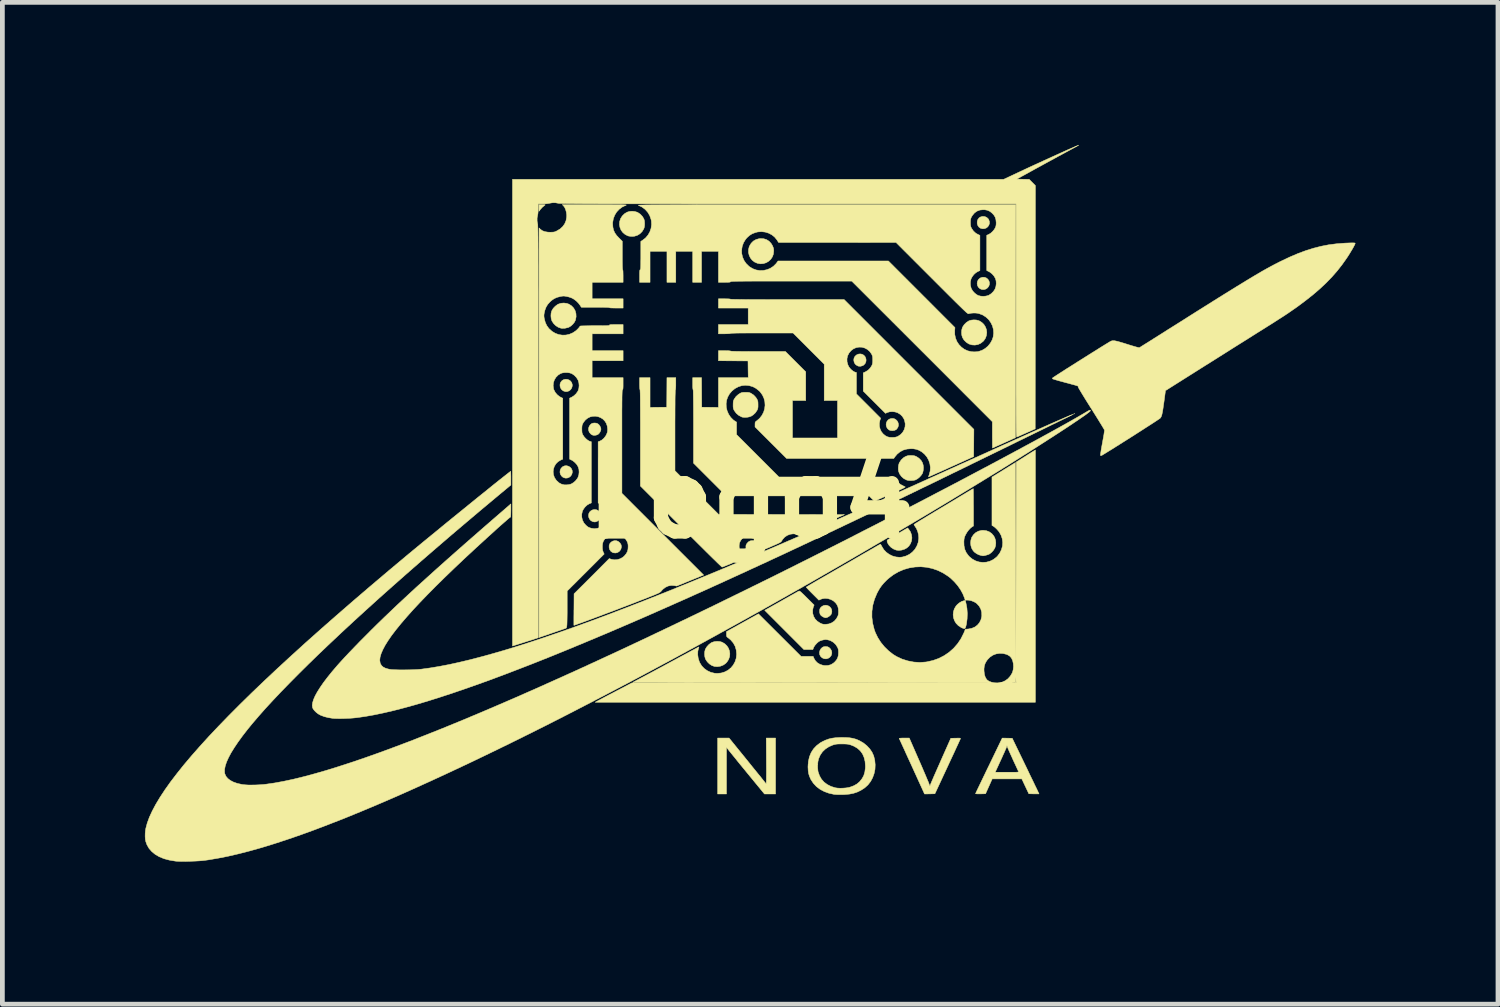
<source format=kicad_pcb>
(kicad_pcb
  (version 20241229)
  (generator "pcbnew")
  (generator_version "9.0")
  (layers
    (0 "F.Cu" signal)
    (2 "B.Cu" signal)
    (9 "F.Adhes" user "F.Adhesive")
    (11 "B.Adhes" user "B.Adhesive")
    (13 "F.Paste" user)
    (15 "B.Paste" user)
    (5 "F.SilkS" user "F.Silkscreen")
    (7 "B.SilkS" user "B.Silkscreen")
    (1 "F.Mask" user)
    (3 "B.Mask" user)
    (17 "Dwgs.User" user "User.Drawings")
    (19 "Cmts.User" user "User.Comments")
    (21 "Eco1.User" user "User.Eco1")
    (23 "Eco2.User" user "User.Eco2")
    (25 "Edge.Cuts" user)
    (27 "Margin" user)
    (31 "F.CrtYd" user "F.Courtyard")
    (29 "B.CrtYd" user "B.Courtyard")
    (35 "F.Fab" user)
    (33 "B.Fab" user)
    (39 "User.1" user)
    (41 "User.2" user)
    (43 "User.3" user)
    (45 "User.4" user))
  (footprint "Logo4"
    (layer "F.Cu")
    (at 12.749 7.447)
    (property "Reference" "Logo4" (at 0 0 0) (layer "F.SilkS") (effects (font (size 1.524 1.524) (thickness 0.3))))
    (attr through_hole)
    (fp_poly (pts (xy 6.807 -1.782) (xy 6.803 -1.778) (xy 6.799 -1.782) (xy 6.803 -1.786) (xy 6.807 -1.782)) (stroke (width 0.01) (type solid)) (fill yes) (layer "F.SilkS"))
    (fp_poly (pts (xy 6.824 -1.791) (xy 6.82 -1.786) (xy 6.816 -1.791) (xy 6.82 -1.795) (xy 6.824 -1.791)) (stroke (width 0.01) (type solid)) (fill yes) (layer "F.SilkS"))
    (fp_poly (pts (xy -4.35 -6.189) (xy -4.331 -6.188) (xy -4.324 -6.186) (xy -4.327 -6.181) (xy -4.335 -6.175) (xy -4.387 -6.132) (xy -4.429 -6.084) (xy -4.453 -6.051) (xy -4.453 -6.189) (xy -4.384 -6.189) (xy -4.35 -6.189)) (stroke (width 0.01) (type solid)) (fill yes) (layer "F.SilkS"))
    (fp_poly (pts (xy -3.856 -2.512) (xy -3.819 -2.498) (xy -3.788 -2.475) (xy -3.766 -2.443) (xy -3.754 -2.404) (xy -3.753 -2.376) (xy -3.765 -2.332) (xy -3.788 -2.296) (xy -3.821 -2.27) (xy -3.86 -2.256) (xy -3.902 -2.256) (xy -3.942 -2.269) (xy -3.976 -2.295) (xy -4 -2.331) (xy -4.012 -2.372) (xy -4.011 -2.414) (xy -3.996 -2.453) (xy -3.968 -2.487) (xy -3.933 -2.507) (xy -3.894 -2.515) (xy -3.856 -2.512)) (stroke (width 0.01) (type solid)) (fill yes) (layer "F.SilkS"))
    (fp_poly (pts (xy 0.077 0.89) (xy 0.096 0.9) (xy 0.13 0.927) (xy 0.151 0.963) (xy 0.16 1.003) (xy 0.157 1.043) (xy 0.142 1.081) (xy 0.116 1.113) (xy 0.09 1.129) (xy 0.046 1.141) (xy 0.000367 1.139) (xy -0.035 1.125) (xy -0.068 1.097) (xy -0.091 1.061) (xy -0.1 1.02) (xy -0.097 0.98) (xy -0.082 0.948) (xy -0.049 0.91) (xy -0.01 0.888) (xy 0.033 0.881) (xy 0.077 0.89)) (stroke (width 0.01) (type solid)) (fill yes) (layer "F.SilkS"))
    (fp_poly (pts (xy -3.831 -0.683) (xy -3.796 -0.661) (xy -3.77 -0.63) (xy -3.755 -0.592) (xy -3.753 -0.553) (xy -3.765 -0.51) (xy -3.789 -0.474) (xy -3.822 -0.449) (xy -3.861 -0.435) (xy -3.902 -0.434) (xy -3.942 -0.448) (xy -3.949 -0.451) (xy -3.983 -0.481) (xy -4.005 -0.519) (xy -4.013 -0.56) (xy -4.008 -0.601) (xy -3.99 -0.639) (xy -3.959 -0.671) (xy -3.95 -0.677) (xy -3.91 -0.693) (xy -3.87 -0.694) (xy -3.831 -0.683)) (stroke (width 0.01) (type solid)) (fill yes) (layer "F.SilkS"))
    (fp_poly (pts (xy -2.823 0.884) (xy -2.786 0.899) (xy -2.785 0.9) (xy -2.748 0.933) (xy -2.725 0.972) (xy -2.719 1.015) (xy -2.73 1.06) (xy -2.734 1.069) (xy -2.76 1.105) (xy -2.796 1.13) (xy -2.838 1.142) (xy -2.882 1.139) (xy -2.911 1.129) (xy -2.944 1.104) (xy -2.967 1.069) (xy -2.978 1.027) (xy -2.978 0.985) (xy -2.965 0.948) (xy -2.939 0.916) (xy -2.903 0.893) (xy -2.863 0.882) (xy -2.823 0.884)) (stroke (width 0.01) (type solid)) (fill yes) (layer "F.SilkS"))
    (fp_poly (pts (xy 1.616 3.115) (xy 1.647 3.128) (xy 1.648 3.129) (xy 1.683 3.164) (xy 1.704 3.204) (xy 1.71 3.248) (xy 1.7 3.291) (xy 1.695 3.302) (xy 1.667 3.337) (xy 1.631 3.36) (xy 1.589 3.371) (xy 1.546 3.367) (xy 1.506 3.349) (xy 1.473 3.318) (xy 1.454 3.28) (xy 1.449 3.239) (xy 1.458 3.197) (xy 1.48 3.158) (xy 1.51 3.129) (xy 1.54 3.115) (xy 1.578 3.111) (xy 1.616 3.115)) (stroke (width 0.01) (type solid)) (fill yes) (layer "F.SilkS"))
    (fp_poly (pts (xy 2.347 -3.041) (xy 2.382 -3.021) (xy 2.408 -2.993) (xy 2.424 -2.958) (xy 2.431 -2.919) (xy 2.426 -2.881) (xy 2.41 -2.845) (xy 2.382 -2.815) (xy 2.362 -2.802) (xy 2.317 -2.788) (xy 2.274 -2.789) (xy 2.248 -2.799) (xy 2.216 -2.819) (xy 2.195 -2.843) (xy 2.179 -2.875) (xy 2.171 -2.919) (xy 2.177 -2.96) (xy 2.196 -2.996) (xy 2.227 -3.025) (xy 2.266 -3.043) (xy 2.305 -3.048) (xy 2.347 -3.041)) (stroke (width 0.01) (type solid)) (fill yes) (layer "F.SilkS"))
    (fp_poly (pts (xy 4.925 -4.66) (xy 4.962 -4.646) (xy 4.993 -4.621) (xy 5.015 -4.589) (xy 5.027 -4.551) (xy 5.026 -4.509) (xy 5.013 -4.473) (xy 4.987 -4.438) (xy 4.952 -4.414) (xy 4.911 -4.402) (xy 4.869 -4.404) (xy 4.829 -4.419) (xy 4.826 -4.422) (xy 4.793 -4.453) (xy 4.774 -4.491) (xy 4.768 -4.532) (xy 4.774 -4.572) (xy 4.793 -4.61) (xy 4.824 -4.639) (xy 4.841 -4.649) (xy 4.884 -4.662) (xy 4.925 -4.66)) (stroke (width 0.01) (type solid)) (fill yes) (layer "F.SilkS"))
    (fp_poly (pts (xy -3.247 0.232) (xy -3.212 0.247) (xy -3.182 0.273) (xy -3.162 0.308) (xy -3.153 0.354) (xy -3.159 0.397) (xy -3.179 0.436) (xy -3.212 0.465) (xy -3.228 0.474) (xy -3.261 0.487) (xy -3.288 0.489) (xy -3.32 0.483) (xy -3.322 0.482) (xy -3.36 0.463) (xy -3.389 0.431) (xy -3.407 0.391) (xy -3.412 0.354) (xy -3.405 0.311) (xy -3.386 0.277) (xy -3.357 0.251) (xy -3.323 0.234) (xy -3.285 0.228) (xy -3.247 0.232)) (stroke (width 0.01) (type solid)) (fill yes) (layer "F.SilkS"))
    (fp_poly (pts (xy 3.017 -1.686) (xy 3.052 -1.669) (xy 3.08 -1.643) (xy 3.1 -1.611) (xy 3.111 -1.574) (xy 3.111 -1.536) (xy 3.098 -1.499) (xy 3.073 -1.464) (xy 3.058 -1.452) (xy 3.028 -1.438) (xy 2.989 -1.432) (xy 2.95 -1.435) (xy 2.917 -1.446) (xy 2.915 -1.447) (xy 2.881 -1.477) (xy 2.861 -1.513) (xy 2.852 -1.553) (xy 2.856 -1.594) (xy 2.872 -1.631) (xy 2.899 -1.662) (xy 2.933 -1.681) (xy 2.977 -1.69) (xy 3.017 -1.686)) (stroke (width 0.01) (type solid)) (fill yes) (layer "F.SilkS"))
    (fp_poly (pts (xy 4.931 -5.938) (xy 4.972 -5.919) (xy 5.004 -5.888) (xy 5.011 -5.876) (xy 5.026 -5.834) (xy 5.027 -5.794) (xy 5.014 -5.756) (xy 4.992 -5.724) (xy 4.961 -5.699) (xy 4.924 -5.685) (xy 4.883 -5.682) (xy 4.841 -5.693) (xy 4.836 -5.695) (xy 4.803 -5.72) (xy 4.78 -5.755) (xy 4.769 -5.795) (xy 4.77 -5.836) (xy 4.782 -5.876) (xy 4.807 -5.909) (xy 4.82 -5.92) (xy 4.844 -5.932) (xy 4.875 -5.94) (xy 4.886 -5.942) (xy 4.931 -5.938)) (stroke (width 0.01) (type solid)) (fill yes) (layer "F.SilkS"))
    (fp_poly (pts (xy -3.246 -1.59) (xy -3.217 -1.578) (xy -3.192 -1.557) (xy -3.17 -1.526) (xy -3.155 -1.493) (xy -3.15 -1.465) (xy -3.155 -1.436) (xy -3.17 -1.403) (xy -3.19 -1.374) (xy -3.212 -1.354) (xy -3.213 -1.353) (xy -3.252 -1.338) (xy -3.294 -1.333) (xy -3.322 -1.338) (xy -3.346 -1.349) (xy -3.367 -1.365) (xy -3.397 -1.402) (xy -3.411 -1.444) (xy -3.41 -1.487) (xy -3.395 -1.529) (xy -3.365 -1.566) (xy -3.352 -1.577) (xy -3.322 -1.59) (xy -3.284 -1.594) (xy -3.246 -1.59)) (stroke (width 0.01) (type solid)) (fill yes) (layer "F.SilkS"))
    (fp_poly (pts (xy 1.628 2.251) (xy 1.665 2.273) (xy 1.691 2.303) (xy 1.707 2.34) (xy 1.71 2.383) (xy 1.7 2.424) (xy 1.691 2.439) (xy 1.67 2.462) (xy 1.641 2.483) (xy 1.61 2.499) (xy 1.582 2.506) (xy 1.579 2.506) (xy 1.561 2.502) (xy 1.536 2.493) (xy 1.524 2.487) (xy 1.487 2.463) (xy 1.464 2.435) (xy 1.454 2.398) (xy 1.452 2.371) (xy 1.454 2.335) (xy 1.462 2.31) (xy 1.47 2.297) (xy 1.503 2.265) (xy 1.543 2.246) (xy 1.586 2.241) (xy 1.628 2.251)) (stroke (width 0.01) (type solid)) (fill yes) (layer "F.SilkS"))
    (fp_poly (pts (xy 4.533 2.198) (xy 4.553 2.303) (xy 4.561 2.414) (xy 4.557 2.527) (xy 4.543 2.636) (xy 4.533 2.678) (xy 4.524 2.709) (xy 4.514 2.728) (xy 4.499 2.735) (xy 4.478 2.73) (xy 4.445 2.717) (xy 4.43 2.709) (xy 4.372 2.671) (xy 4.326 2.624) (xy 4.292 2.568) (xy 4.271 2.508) (xy 4.263 2.444) (xy 4.269 2.38) (xy 4.288 2.318) (xy 4.322 2.26) (xy 4.352 2.226) (xy 4.396 2.19) (xy 4.445 2.161) (xy 4.493 2.146) (xy 4.519 2.14) (xy 4.533 2.198)) (stroke (width 0.01) (type solid)) (fill yes) (layer "F.SilkS"))
    (fp_poly (pts (xy 3.329 0.644) (xy 3.366 0.7) (xy 3.387 0.761) (xy 3.395 0.824) (xy 3.387 0.887) (xy 3.365 0.946) (xy 3.331 0.997) (xy 3.289 1.035) (xy 3.238 1.063) (xy 3.18 1.081) (xy 3.122 1.088) (xy 3.068 1.082) (xy 3.064 1.081) (xy 3.007 1.058) (xy 2.956 1.024) (xy 2.914 0.981) (xy 2.885 0.934) (xy 2.877 0.913) (xy 2.872 0.89) (xy 2.874 0.876) (xy 2.879 0.869) (xy 2.89 0.862) (xy 2.912 0.847) (xy 2.946 0.827) (xy 2.988 0.802) (xy 3.037 0.773) (xy 3.091 0.741) (xy 3.098 0.736) (xy 3.305 0.615) (xy 3.329 0.644)) (stroke (width 0.01) (type solid)) (fill yes) (layer "F.SilkS"))
    (fp_poly (pts (xy -0.648 3.006) (xy -0.6 3.02) (xy -0.543 3.054) (xy -0.498 3.098) (xy -0.465 3.149) (xy -0.445 3.205) (xy -0.437 3.265) (xy -0.443 3.325) (xy -0.463 3.382) (xy -0.497 3.436) (xy -0.527 3.468) (xy -0.579 3.503) (xy -0.639 3.526) (xy -0.702 3.535) (xy -0.761 3.53) (xy -0.815 3.511) (xy -0.866 3.478) (xy -0.911 3.434) (xy -0.945 3.383) (xy -0.951 3.371) (xy -0.964 3.325) (xy -0.969 3.272) (xy -0.966 3.219) (xy -0.954 3.172) (xy -0.951 3.165) (xy -0.92 3.115) (xy -0.878 3.069) (xy -0.83 3.033) (xy -0.815 3.025) (xy -0.763 3.008) (xy -0.706 3.002) (xy -0.648 3.006)) (stroke (width 0.01) (type solid)) (fill yes) (layer "F.SilkS"))
    (fp_poly (pts (xy 0.276 -5.472) (xy 0.336 -5.453) (xy 0.389 -5.419) (xy 0.433 -5.371) (xy 0.459 -5.328) (xy 0.474 -5.293) (xy 0.483 -5.264) (xy 0.486 -5.232) (xy 0.486 -5.211) (xy 0.479 -5.147) (xy 0.457 -5.089) (xy 0.423 -5.038) (xy 0.378 -4.997) (xy 0.326 -4.967) (xy 0.268 -4.949) (xy 0.206 -4.944) (xy 0.142 -4.956) (xy 0.139 -4.957) (xy 0.081 -4.983) (xy 0.033 -5.021) (xy -0.005 -5.069) (xy -0.031 -5.125) (xy -0.045 -5.184) (xy -0.044 -5.246) (xy -0.029 -5.306) (xy -0.023 -5.319) (xy 0.012 -5.377) (xy 0.058 -5.423) (xy 0.114 -5.455) (xy 0.178 -5.473) (xy 0.207 -5.476) (xy 0.276 -5.472)) (stroke (width 0.01) (type solid)) (fill yes) (layer "F.SilkS"))
    (fp_poly (pts (xy 4.748 -3.762) (xy 4.797 -3.75) (xy 4.81 -3.745) (xy 4.866 -3.711) (xy 4.911 -3.667) (xy 4.943 -3.615) (xy 4.964 -3.558) (xy 4.971 -3.499) (xy 4.964 -3.439) (xy 4.944 -3.381) (xy 4.909 -3.328) (xy 4.893 -3.311) (xy 4.842 -3.271) (xy 4.784 -3.245) (xy 4.721 -3.234) (xy 4.657 -3.238) (xy 4.596 -3.257) (xy 4.593 -3.258) (xy 4.538 -3.294) (xy 4.491 -3.341) (xy 4.459 -3.394) (xy 4.445 -3.441) (xy 4.44 -3.495) (xy 4.443 -3.549) (xy 4.456 -3.598) (xy 4.461 -3.611) (xy 4.495 -3.663) (xy 4.541 -3.709) (xy 4.593 -3.743) (xy 4.639 -3.758) (xy 4.693 -3.764) (xy 4.748 -3.762)) (stroke (width 0.01) (type solid)) (fill yes) (layer "F.SilkS"))
    (fp_poly (pts (xy -3.869 -4.111) (xy -3.824 -4.095) (xy -3.768 -4.059) (xy -3.724 -4.012) (xy -3.693 -3.957) (xy -3.676 -3.895) (xy -3.673 -3.83) (xy -3.686 -3.764) (xy -3.687 -3.759) (xy -3.708 -3.716) (xy -3.741 -3.674) (xy -3.781 -3.637) (xy -3.823 -3.611) (xy -3.84 -3.604) (xy -3.907 -3.588) (xy -3.969 -3.586) (xy -3.995 -3.59) (xy -4.049 -3.609) (xy -4.1 -3.642) (xy -4.145 -3.686) (xy -4.179 -3.737) (xy -4.185 -3.75) (xy -4.198 -3.795) (xy -4.203 -3.848) (xy -4.2 -3.901) (xy -4.188 -3.948) (xy -4.185 -3.955) (xy -4.155 -4.006) (xy -4.112 -4.051) (xy -4.064 -4.087) (xy -4.049 -4.095) (xy -3.992 -4.114) (xy -3.93 -4.119) (xy -3.869 -4.111)) (stroke (width 0.01) (type solid)) (fill yes) (layer "F.SilkS"))
    (fp_poly (pts (xy -2.437 -6.045) (xy -2.384 -6.029) (xy -2.378 -6.026) (xy -2.323 -5.99) (xy -2.278 -5.942) (xy -2.249 -5.894) (xy -2.238 -5.864) (xy -2.233 -5.831) (xy -2.231 -5.787) (xy -2.233 -5.743) (xy -2.239 -5.709) (xy -2.249 -5.68) (xy -2.284 -5.623) (xy -2.33 -5.577) (xy -2.384 -5.544) (xy -2.445 -5.525) (xy -2.493 -5.521) (xy -2.529 -5.523) (xy -2.563 -5.528) (xy -2.584 -5.533) (xy -2.642 -5.563) (xy -2.69 -5.604) (xy -2.727 -5.654) (xy -2.75 -5.71) (xy -2.761 -5.771) (xy -2.757 -5.833) (xy -2.737 -5.894) (xy -2.736 -5.897) (xy -2.701 -5.952) (xy -2.653 -5.999) (xy -2.6 -6.031) (xy -2.551 -6.046) (xy -2.494 -6.051) (xy -2.437 -6.045)) (stroke (width 0.01) (type solid)) (fill yes) (layer "F.SilkS"))
    (fp_poly (pts (xy 3.413 -0.909) (xy 3.442 -0.905) (xy 3.469 -0.896) (xy 3.49 -0.887) (xy 3.544 -0.851) (xy 3.59 -0.803) (xy 3.618 -0.755) (xy 3.632 -0.708) (xy 3.638 -0.654) (xy 3.634 -0.599) (xy 3.623 -0.549) (xy 3.614 -0.528) (xy 3.586 -0.488) (xy 3.55 -0.449) (xy 3.509 -0.417) (xy 3.469 -0.396) (xy 3.466 -0.394) (xy 3.426 -0.386) (xy 3.378 -0.382) (xy 3.331 -0.384) (xy 3.291 -0.391) (xy 3.283 -0.394) (xy 3.225 -0.424) (xy 3.176 -0.467) (xy 3.137 -0.52) (xy 3.116 -0.571) (xy 3.109 -0.609) (xy 3.109 -0.656) (xy 3.114 -0.704) (xy 3.126 -0.746) (xy 3.132 -0.76) (xy 3.17 -0.817) (xy 3.219 -0.863) (xy 3.258 -0.887) (xy 3.287 -0.899) (xy 3.314 -0.907) (xy 3.345 -0.91) (xy 3.374 -0.91) (xy 3.413 -0.909)) (stroke (width 0.01) (type solid)) (fill yes) (layer "F.SilkS"))
    (fp_poly (pts (xy 4.961 0.673) (xy 5.022 0.696) (xy 5.075 0.733) (xy 5.117 0.783) (xy 5.138 0.821) (xy 5.155 0.873) (xy 5.161 0.93) (xy 5.156 0.987) (xy 5.142 1.034) (xy 5.114 1.081) (xy 5.077 1.124) (xy 5.034 1.159) (xy 5.026 1.164) (xy 5.004 1.174) (xy 4.973 1.184) (xy 4.941 1.193) (xy 4.911 1.2) (xy 4.889 1.202) (xy 4.886 1.201) (xy 4.875 1.199) (xy 4.854 1.195) (xy 4.845 1.193) (xy 4.8 1.179) (xy 4.754 1.155) (xy 4.714 1.126) (xy 4.697 1.11) (xy 4.678 1.085) (xy 4.659 1.053) (xy 4.65 1.035) (xy 4.636 0.986) (xy 4.631 0.93) (xy 4.636 0.873) (xy 4.651 0.821) (xy 4.656 0.81) (xy 4.694 0.755) (xy 4.741 0.712) (xy 4.798 0.682) (xy 4.863 0.667) (xy 4.894 0.665) (xy 4.961 0.673)) (stroke (width 0.01) (type solid)) (fill yes) (layer "F.SilkS"))
    (fp_poly (pts (xy -0.068 5.512) (xy -0.005 5.591) (xy 0.055 5.665) (xy 0.112 5.735) (xy 0.163 5.798) (xy 0.21 5.855) (xy 0.249 5.905) (xy 0.281 5.945) (xy 0.305 5.974) (xy 0.321 5.993) (xy 0.325 5.999) (xy 0.328 5.996) (xy 0.329 5.98) (xy 0.331 5.951) (xy 0.332 5.908) (xy 0.332 5.85) (xy 0.333 5.777) (xy 0.333 5.689) (xy 0.332 5.585) (xy 0.332 5.525) (xy 0.329 5.038) (xy 0.525 5.038) (xy 0.525 6.215) (xy 0.292 6.215) (xy -0.085 5.756) (xy -0.148 5.679) (xy -0.209 5.605) (xy -0.266 5.535) (xy -0.318 5.47) (xy -0.365 5.412) (xy -0.406 5.362) (xy -0.439 5.321) (xy -0.464 5.289) (xy -0.48 5.269) (xy -0.485 5.263) (xy -0.508 5.228) (xy -0.508 5.721) (xy -0.508 6.215) (xy -0.694 6.215) (xy -0.694 5.038) (xy -0.453 5.038) (xy -0.068 5.512)) (stroke (width 0.01) (type solid)) (fill yes) (layer "F.SilkS"))
    (fp_poly (pts (xy -0.065 -2.239) (xy -0.036 -2.236) (xy -0.013 -2.229) (xy 0.008 -2.219) (xy 0.064 -2.182) (xy 0.11 -2.133) (xy 0.134 -2.095) (xy 0.145 -2.072) (xy 0.152 -2.05) (xy 0.155 -2.024) (xy 0.156 -1.988) (xy 0.156 -1.977) (xy 0.156 -1.937) (xy 0.153 -1.908) (xy 0.147 -1.885) (xy 0.137 -1.863) (xy 0.1 -1.808) (xy 0.052 -1.763) (xy 0.013 -1.738) (xy -0.027 -1.723) (xy -0.075 -1.714) (xy -0.125 -1.712) (xy -0.169 -1.716) (xy -0.187 -1.721) (xy -0.25 -1.754) (xy -0.303 -1.799) (xy -0.345 -1.857) (xy -0.349 -1.865) (xy -0.359 -1.887) (xy -0.365 -1.91) (xy -0.368 -1.939) (xy -0.368 -1.977) (xy -0.367 -2.016) (xy -0.365 -2.044) (xy -0.359 -2.067) (xy -0.349 -2.09) (xy -0.346 -2.095) (xy -0.308 -2.15) (xy -0.258 -2.195) (xy -0.22 -2.219) (xy -0.198 -2.23) (xy -0.175 -2.236) (xy -0.145 -2.239) (xy -0.106 -2.239) (xy -0.065 -2.239)) (stroke (width 0.01) (type solid)) (fill yes) (layer "F.SilkS"))
    (fp_poly (pts (xy 3.34 5.038) (xy 3.539 5.493) (xy 3.576 5.577) (xy 3.611 5.658) (xy 3.644 5.735) (xy 3.674 5.805) (xy 3.7 5.867) (xy 3.722 5.92) (xy 3.74 5.961) (xy 3.751 5.99) (xy 3.756 6.003) (xy 3.765 6.031) (xy 3.771 6.045) (xy 3.775 6.047) (xy 3.778 6.038) (xy 3.78 6.031) (xy 3.784 6.019) (xy 3.795 5.993) (xy 3.811 5.954) (xy 3.833 5.904) (xy 3.859 5.843) (xy 3.889 5.775) (xy 3.922 5.7) (xy 3.958 5.619) (xy 3.996 5.533) (xy 4 5.523) (xy 4.214 5.042) (xy 4.318 5.04) (xy 4.361 5.039) (xy 4.39 5.039) (xy 4.407 5.04) (xy 4.415 5.043) (xy 4.417 5.048) (xy 4.416 5.052) (xy 4.412 5.062) (xy 4.401 5.086) (xy 4.384 5.123) (xy 4.362 5.172) (xy 4.334 5.231) (xy 4.303 5.299) (xy 4.268 5.375) (xy 4.229 5.458) (xy 4.188 5.546) (xy 4.145 5.639) (xy 3.879 6.21) (xy 3.77 6.213) (xy 3.661 6.215) (xy 3.396 5.633) (xy 3.353 5.539) (xy 3.312 5.45) (xy 3.274 5.367) (xy 3.24 5.291) (xy 3.208 5.222) (xy 3.181 5.163) (xy 3.159 5.115) (xy 3.142 5.078) (xy 3.131 5.054) (xy 3.127 5.044) (xy 3.127 5.044) (xy 3.133 5.042) (xy 3.154 5.04) (xy 3.185 5.038) (xy 3.224 5.038) (xy 3.232 5.038) (xy 3.34 5.038)) (stroke (width 0.01) (type solid)) (fill yes) (layer "F.SilkS"))
    (fp_poly (pts (xy 5.401 5.04) (xy 5.507 5.042) (xy 5.789 5.625) (xy 5.834 5.718) (xy 5.876 5.807) (xy 5.916 5.889) (xy 5.953 5.965) (xy 5.985 6.033) (xy 6.014 6.092) (xy 6.037 6.14) (xy 6.054 6.177) (xy 6.066 6.201) (xy 6.071 6.212) (xy 6.071 6.212) (xy 6.063 6.213) (xy 6.041 6.213) (xy 6.009 6.213) (xy 5.969 6.213) (xy 5.963 6.213) (xy 5.856 6.21) (xy 5.782 6.054) (xy 5.708 5.897) (xy 5.085 5.897) (xy 5.015 6.054) (xy 4.945 6.21) (xy 4.838 6.213) (xy 4.79 6.213) (xy 4.757 6.212) (xy 4.739 6.21) (xy 4.734 6.206) (xy 4.734 6.206) (xy 4.739 6.197) (xy 4.749 6.174) (xy 4.766 6.138) (xy 4.789 6.09) (xy 4.817 6.032) (xy 4.849 5.965) (xy 4.885 5.89) (xy 4.925 5.807) (xy 4.949 5.757) (xy 5.148 5.757) (xy 5.398 5.757) (xy 5.47 5.757) (xy 5.526 5.757) (xy 5.569 5.757) (xy 5.6 5.756) (xy 5.621 5.754) (xy 5.634 5.752) (xy 5.64 5.75) (xy 5.641 5.746) (xy 5.64 5.743) (xy 5.63 5.723) (xy 5.615 5.692) (xy 5.596 5.65) (xy 5.574 5.602) (xy 5.549 5.549) (xy 5.523 5.493) (xy 5.498 5.436) (xy 5.473 5.382) (xy 5.451 5.333) (xy 5.432 5.29) (xy 5.418 5.257) (xy 5.409 5.235) (xy 5.406 5.228) (xy 5.396 5.194) (xy 5.389 5.22) (xy 5.386 5.229) (xy 5.38 5.245) (xy 5.37 5.268) (xy 5.356 5.3) (xy 5.338 5.342) (xy 5.314 5.393) (xy 5.286 5.457) (xy 5.251 5.532) (xy 5.21 5.622) (xy 5.176 5.696) (xy 5.148 5.757) (xy 4.949 5.757) (xy 4.967 5.719) (xy 5.012 5.627) (xy 5.017 5.617) (xy 5.296 5.038) (xy 5.401 5.04)) (stroke (width 0.01) (type solid)) (fill yes) (layer "F.SilkS"))
    (fp_poly (pts (xy 2.014 5.027) (xy 2.084 5.032) (xy 2.145 5.042) (xy 2.202 5.057) (xy 2.257 5.078) (xy 2.3 5.098) (xy 2.377 5.143) (xy 2.447 5.2) (xy 2.507 5.264) (xy 2.555 5.334) (xy 2.588 5.407) (xy 2.59 5.41) (xy 2.613 5.504) (xy 2.622 5.6) (xy 2.618 5.694) (xy 2.599 5.786) (xy 2.568 5.872) (xy 2.525 5.952) (xy 2.47 6.023) (xy 2.404 6.083) (xy 2.393 6.091) (xy 2.32 6.138) (xy 2.245 6.174) (xy 2.167 6.2) (xy 2.081 6.217) (xy 1.985 6.226) (xy 1.939 6.228) (xy 1.889 6.228) (xy 1.84 6.228) (xy 1.798 6.226) (xy 1.766 6.224) (xy 1.758 6.223) (xy 1.649 6.199) (xy 1.55 6.163) (xy 1.462 6.116) (xy 1.385 6.058) (xy 1.321 5.989) (xy 1.27 5.912) (xy 1.262 5.896) (xy 1.238 5.84) (xy 1.221 5.785) (xy 1.212 5.726) (xy 1.209 5.665) (xy 1.411 5.665) (xy 1.417 5.725) (xy 1.421 5.749) (xy 1.45 5.831) (xy 1.491 5.903) (xy 1.546 5.965) (xy 1.614 6.016) (xy 1.693 6.056) (xy 1.782 6.084) (xy 1.829 6.091) (xy 1.886 6.094) (xy 1.948 6.092) (xy 2.01 6.087) (xy 2.065 6.078) (xy 2.095 6.07) (xy 2.173 6.041) (xy 2.238 6.004) (xy 2.293 5.958) (xy 2.297 5.953) (xy 2.346 5.892) (xy 2.382 5.826) (xy 2.404 5.752) (xy 2.415 5.668) (xy 2.416 5.626) (xy 2.409 5.531) (xy 2.388 5.445) (xy 2.355 5.37) (xy 2.308 5.306) (xy 2.248 5.252) (xy 2.175 5.209) (xy 2.112 5.184) (xy 2.083 5.175) (xy 2.058 5.169) (xy 2.031 5.165) (xy 1.999 5.163) (xy 1.957 5.162) (xy 1.922 5.162) (xy 1.871 5.162) (xy 1.833 5.163) (xy 1.803 5.166) (xy 1.778 5.171) (xy 1.751 5.178) (xy 1.731 5.184) (xy 1.647 5.22) (xy 1.574 5.268) (xy 1.513 5.326) (xy 1.465 5.396) (xy 1.431 5.474) (xy 1.429 5.482) (xy 1.417 5.536) (xy 1.411 5.599) (xy 1.411 5.665) (xy 1.209 5.665) (xy 1.208 5.657) (xy 1.208 5.635) (xy 1.216 5.529) (xy 1.238 5.432) (xy 1.274 5.344) (xy 1.324 5.266) (xy 1.388 5.198) (xy 1.465 5.139) (xy 1.515 5.111) (xy 1.581 5.08) (xy 1.645 5.057) (xy 1.713 5.041) (xy 1.787 5.031) (xy 1.872 5.026) (xy 1.93 5.025) (xy 2.014 5.027)) (stroke (width 0.01) (type solid)) (fill yes) (layer "F.SilkS"))
    (fp_poly (pts (xy -2.117 -1.922) (xy -1.765 -1.926) (xy -1.761 -2.548) (xy -1.575 -2.548) (xy -1.575 -2.422) (xy -1.575 -2.373) (xy -1.577 -2.333) (xy -1.579 -2.305) (xy -1.582 -2.291) (xy -1.583 -2.29) (xy -1.585 -2.281) (xy -1.586 -2.255) (xy -1.587 -2.212) (xy -1.589 -2.152) (xy -1.59 -2.077) (xy -1.59 -1.985) (xy -1.591 -1.877) (xy -1.591 -1.754) (xy -1.592 -1.615) (xy -1.592 -1.46) (xy -1.592 -1.437) (xy -1.592 -0.588) (xy -0.673 0.33) (xy 1.976 0.334) (xy 1.896 0.369) (xy 1.872 0.379) (xy 1.835 0.396) (xy 1.786 0.417) (xy 1.727 0.443) (xy 1.66 0.472) (xy 1.587 0.504) (xy 1.509 0.538) (xy 1.429 0.573) (xy 1.415 0.58) (xy 1.014 0.755) (xy 0.964 0.745) (xy 0.897 0.739) (xy 0.832 0.748) (xy 0.772 0.771) (xy 0.718 0.807) (xy 0.675 0.855) (xy 0.656 0.885) (xy 0.65 0.896) (xy 0.641 0.906) (xy 0.629 0.915) (xy 0.611 0.926) (xy 0.584 0.939) (xy 0.547 0.956) (xy 0.498 0.978) (xy 0.476 0.987) (xy 0.427 1.009) (xy 0.384 1.027) (xy 0.348 1.042) (xy 0.323 1.053) (xy 0.31 1.058) (xy 0.309 1.058) (xy 0.308 1.051) (xy 0.305 1.03) (xy 0.303 1.002) (xy 0.303 1.001) (xy 0.291 0.933) (xy 0.265 0.872) (xy 0.224 0.82) (xy 0.171 0.778) (xy 0.144 0.763) (xy 0.094 0.747) (xy 0.037 0.74) (xy -0.019 0.743) (xy -0.07 0.756) (xy -0.078 0.759) (xy -0.129 0.791) (xy -0.175 0.834) (xy -0.211 0.883) (xy -0.218 0.896) (xy -0.231 0.925) (xy -0.238 0.952) (xy -0.241 0.983) (xy -0.241 1.012) (xy -0.236 1.073) (xy -0.22 1.125) (xy -0.191 1.173) (xy -0.164 1.204) (xy -0.125 1.243) (xy -0.153 1.255) (xy -0.169 1.262) (xy -0.197 1.274) (xy -0.237 1.291) (xy -0.284 1.311) (xy -0.338 1.333) (xy -0.386 1.353) (xy -0.441 1.377) (xy -0.491 1.397) (xy -0.535 1.415) (xy -0.569 1.428) (xy -0.592 1.437) (xy -0.602 1.439) (xy -0.609 1.433) (xy -0.627 1.416) (xy -0.657 1.388) (xy -0.696 1.351) (xy -0.744 1.303) (xy -0.801 1.248) (xy -0.866 1.184) (xy -0.938 1.113) (xy -1.016 1.035) (xy -1.1 0.952) (xy -1.189 0.863) (xy -1.283 0.77) (xy -1.381 0.672) (xy -1.467 0.586) (xy -2.32 -0.267) (xy -2.32 -1.281) (xy -2.32 -1.455) (xy -2.32 -1.613) (xy -2.321 -1.755) (xy -2.321 -1.88) (xy -2.322 -1.989) (xy -2.322 -2.082) (xy -2.323 -2.158) (xy -2.324 -2.217) (xy -2.326 -2.26) (xy -2.327 -2.285) (xy -2.328 -2.294) (xy -2.328 -2.294) (xy -2.332 -2.303) (xy -2.334 -2.326) (xy -2.336 -2.364) (xy -2.337 -2.414) (xy -2.337 -2.421) (xy -2.337 -2.548) (xy -2.117 -2.548) (xy -2.117 -1.922)) (stroke (width 0.01) (type solid)) (fill yes) (layer "F.SilkS"))
    (fp_poly (pts (xy 6.9 -7.438) (xy 6.882 -7.427) (xy 6.851 -7.41) (xy 6.811 -7.388) (xy 6.763 -7.362) (xy 6.708 -7.332) (xy 6.669 -7.311) (xy 6.606 -7.277) (xy 6.54 -7.241) (xy 6.468 -7.203) (xy 6.391 -7.16) (xy 6.306 -7.114) (xy 6.213 -7.063) (xy 6.109 -7.006) (xy 5.995 -6.944) (xy 5.869 -6.874) (xy 5.729 -6.797) (xy 5.702 -6.783) (xy 5.601 -6.727) (xy 5.864 -6.722) (xy 5.994 -6.591) (xy 5.992 -4.031) (xy 5.99 -1.471) (xy 5.804 -1.387) (xy 5.751 -1.364) (xy 5.703 -1.342) (xy 5.662 -1.324) (xy 5.63 -1.31) (xy 5.609 -1.301) (xy 5.603 -1.299) (xy 5.602 -1.299) (xy 5.6 -1.3) (xy 5.599 -1.304) (xy 5.598 -1.309) (xy 5.597 -1.318) (xy 5.596 -1.331) (xy 5.595 -1.347) (xy 5.594 -1.369) (xy 5.593 -1.395) (xy 5.592 -1.428) (xy 5.592 -1.467) (xy 5.591 -1.513) (xy 5.591 -1.567) (xy 5.59 -1.629) (xy 5.59 -1.7) (xy 5.589 -1.78) (xy 5.589 -1.87) (xy 5.589 -1.97) (xy 5.589 -2.082) (xy 5.588 -2.205) (xy 5.588 -2.34) (xy 5.588 -2.489) (xy 5.588 -2.65) (xy 5.588 -2.825) (xy 5.588 -3.015) (xy 5.588 -3.22) (xy 5.588 -3.441) (xy 5.588 -3.677) (xy 5.588 -6.206) (xy 0.79 -6.206) (xy 0.445 -6.206) (xy 0.118 -6.206) (xy -0.194 -6.206) (xy -0.49 -6.206) (xy -0.77 -6.206) (xy -1.036 -6.206) (xy -1.287 -6.206) (xy -1.524 -6.207) (xy -1.747 -6.207) (xy -1.957 -6.207) (xy -2.154 -6.207) (xy -2.338 -6.207) (xy -2.51 -6.207) (xy -2.671 -6.207) (xy -2.82 -6.208) (xy -2.959 -6.208) (xy -3.086 -6.208) (xy -3.204 -6.208) (xy -3.312 -6.209) (xy -3.411 -6.209) (xy -3.501 -6.209) (xy -3.582 -6.21) (xy -3.655 -6.21) (xy -3.72 -6.211) (xy -3.779 -6.211) (xy -3.83 -6.212) (xy -3.875 -6.212) (xy -3.913 -6.213) (xy -3.946 -6.213) (xy -3.974 -6.214) (xy -3.997 -6.215) (xy -4.015 -6.216) (xy -4.029 -6.216) (xy -4.039 -6.217) (xy -4.046 -6.218) (xy -4.051 -6.219) (xy -4.11 -6.23) (xy -4.175 -6.229) (xy -4.233 -6.219) (xy -4.267 -6.213) (xy -4.312 -6.208) (xy -4.364 -6.206) (xy -4.375 -6.206) (xy -4.47 -6.206) (xy -4.47 -6.107) (xy -4.472 -6.047) (xy -4.477 -5.998) (xy -4.483 -5.966) (xy -4.494 -5.908) (xy -4.494 -5.845) (xy -4.484 -5.787) (xy -4.483 -5.786) (xy -4.482 -5.782) (xy -4.481 -5.774) (xy -4.48 -5.763) (xy -4.48 -5.749) (xy -4.479 -5.73) (xy -4.478 -5.706) (xy -4.478 -5.678) (xy -4.477 -5.644) (xy -4.476 -5.604) (xy -4.476 -5.558) (xy -4.475 -5.505) (xy -4.475 -5.445) (xy -4.474 -5.377) (xy -4.474 -5.302) (xy -4.473 -5.218) (xy -4.473 -5.125) (xy -4.473 -5.022) (xy -4.472 -4.911) (xy -4.472 -4.789) (xy -4.472 -4.656) (xy -4.472 -4.512) (xy -4.471 -4.358) (xy -4.471 -4.191) (xy -4.471 -4.012) (xy -4.471 -3.82) (xy -4.471 -3.616) (xy -4.471 -3.398) (xy -4.471 -3.166) (xy -4.471 -2.919) (xy -4.471 -2.658) (xy -4.471 -2.382) (xy -4.471 -2.09) (xy -4.471 -1.782) (xy -4.47 -1.457) (xy -4.47 -1.409) (xy -4.47 2.926) (xy -4.722 3.008) (xy -4.785 3.028) (xy -4.844 3.047) (xy -4.895 3.063) (xy -4.938 3.077) (xy -4.97 3.087) (xy -4.99 3.093) (xy -4.993 3.095) (xy -5.012 3.1) (xy -5.012 -6.723) (xy 5.328 -6.723) (xy 5.537 -6.821) (xy 5.613 -6.857) (xy 5.697 -6.896) (xy 5.786 -6.938) (xy 5.878 -6.981) (xy 5.974 -7.025) (xy 6.071 -7.069) (xy 6.168 -7.114) (xy 6.265 -7.158) (xy 6.359 -7.201) (xy 6.45 -7.242) (xy 6.536 -7.281) (xy 6.616 -7.317) (xy 6.689 -7.35) (xy 6.754 -7.378) (xy 6.809 -7.402) (xy 6.852 -7.421) (xy 6.884 -7.434) (xy 6.902 -7.441) (xy 6.906 -7.442) (xy 6.9 -7.438)) (stroke (width 0.01) (type solid)) (fill yes) (layer "F.SilkS"))
    (fp_poly (pts (xy 12.694 -5.384) (xy 12.712 -5.383) (xy 12.722 -5.38) (xy 12.725 -5.377) (xy 12.725 -5.375) (xy 12.721 -5.361) (xy 12.709 -5.335) (xy 12.69 -5.299) (xy 12.666 -5.256) (xy 12.637 -5.208) (xy 12.607 -5.158) (xy 12.575 -5.107) (xy 12.543 -5.059) (xy 12.449 -4.926) (xy 12.347 -4.796) (xy 12.236 -4.669) (xy 12.115 -4.544) (xy 11.983 -4.42) (xy 11.839 -4.296) (xy 11.681 -4.171) (xy 11.51 -4.043) (xy 11.323 -3.913) (xy 11.271 -3.878) (xy 11.232 -3.852) (xy 11.181 -3.819) (xy 11.119 -3.78) (xy 11.051 -3.736) (xy 10.978 -3.689) (xy 10.901 -3.641) (xy 10.825 -3.593) (xy 10.778 -3.563) (xy 10.724 -3.53) (xy 10.657 -3.488) (xy 10.579 -3.439) (xy 10.491 -3.383) (xy 10.394 -3.322) (xy 10.29 -3.257) (xy 10.18 -3.188) (xy 10.066 -3.116) (xy 9.949 -3.042) (xy 9.83 -2.967) (xy 9.711 -2.892) (xy 9.593 -2.818) (xy 9.583 -2.812) (xy 8.732 -2.275) (xy 8.701 -2.041) (xy 8.689 -1.96) (xy 8.68 -1.894) (xy 8.671 -1.841) (xy 8.663 -1.799) (xy 8.656 -1.767) (xy 8.648 -1.742) (xy 8.64 -1.723) (xy 8.631 -1.708) (xy 8.622 -1.696) (xy 8.612 -1.688) (xy 8.589 -1.672) (xy 8.554 -1.649) (xy 8.509 -1.619) (xy 8.454 -1.583) (xy 8.392 -1.543) (xy 8.323 -1.499) (xy 8.249 -1.451) (xy 8.171 -1.401) (xy 8.09 -1.349) (xy 8.008 -1.297) (xy 7.926 -1.245) (xy 7.845 -1.194) (xy 7.766 -1.144) (xy 7.691 -1.097) (xy 7.622 -1.053) (xy 7.558 -1.014) (xy 7.503 -0.98) (xy 7.456 -0.951) (xy 7.42 -0.929) (xy 7.395 -0.914) (xy 7.383 -0.908) (xy 7.382 -0.908) (xy 7.367 -0.909) (xy 7.363 -0.913) (xy 7.363 -0.923) (xy 7.366 -0.948) (xy 7.372 -0.985) (xy 7.379 -1.032) (xy 7.389 -1.088) (xy 7.4 -1.149) (xy 7.405 -1.174) (xy 7.416 -1.238) (xy 7.427 -1.297) (xy 7.436 -1.349) (xy 7.442 -1.392) (xy 7.447 -1.424) (xy 7.448 -1.442) (xy 7.448 -1.444) (xy 7.443 -1.455) (xy 7.43 -1.478) (xy 7.409 -1.513) (xy 7.382 -1.558) (xy 7.348 -1.613) (xy 7.31 -1.675) (xy 7.267 -1.744) (xy 7.22 -1.819) (xy 7.171 -1.898) (xy 7.163 -1.909) (xy 7.099 -2.011) (xy 7.044 -2.099) (xy 6.998 -2.174) (xy 6.961 -2.235) (xy 6.931 -2.285) (xy 6.91 -2.321) (xy 6.897 -2.346) (xy 6.892 -2.36) (xy 6.892 -2.362) (xy 6.895 -2.365) (xy 6.895 -2.367) (xy 6.892 -2.37) (xy 6.883 -2.374) (xy 6.866 -2.379) (xy 6.841 -2.387) (xy 6.806 -2.397) (xy 6.76 -2.409) (xy 6.7 -2.426) (xy 6.626 -2.445) (xy 6.604 -2.451) (xy 6.543 -2.468) (xy 6.486 -2.483) (xy 6.438 -2.497) (xy 6.398 -2.509) (xy 6.37 -2.518) (xy 6.356 -2.523) (xy 6.355 -2.523) (xy 6.353 -2.535) (xy 6.358 -2.544) (xy 6.367 -2.55) (xy 6.389 -2.565) (xy 6.423 -2.587) (xy 6.467 -2.616) (xy 6.52 -2.65) (xy 6.581 -2.689) (xy 6.649 -2.733) (xy 6.723 -2.779) (xy 6.8 -2.828) (xy 6.88 -2.879) (xy 6.961 -2.93) (xy 7.043 -2.981) (xy 7.123 -3.032) (xy 7.201 -3.081) (xy 7.276 -3.127) (xy 7.345 -3.171) (xy 7.408 -3.21) (xy 7.463 -3.244) (xy 7.509 -3.272) (xy 7.545 -3.294) (xy 7.57 -3.309) (xy 7.582 -3.315) (xy 7.6 -3.322) (xy 7.618 -3.325) (xy 7.64 -3.326) (xy 7.666 -3.324) (xy 7.699 -3.317) (xy 7.741 -3.307) (xy 7.792 -3.292) (xy 7.857 -3.273) (xy 7.929 -3.25) (xy 8.006 -3.226) (xy 8.067 -3.208) (xy 8.115 -3.194) (xy 8.15 -3.185) (xy 8.173 -3.181) (xy 8.185 -3.181) (xy 8.187 -3.181) (xy 8.195 -3.187) (xy 8.218 -3.201) (xy 8.252 -3.223) (xy 8.299 -3.252) (xy 8.357 -3.288) (xy 8.425 -3.331) (xy 8.502 -3.38) (xy 8.588 -3.434) (xy 8.682 -3.493) (xy 8.782 -3.557) (xy 8.889 -3.624) (xy 9.002 -3.695) (xy 9.118 -3.768) (xy 9.22 -3.833) (xy 9.402 -3.948) (xy 9.571 -4.054) (xy 9.727 -4.152) (xy 9.871 -4.242) (xy 10.004 -4.325) (xy 10.126 -4.4) (xy 10.238 -4.47) (xy 10.342 -4.533) (xy 10.436 -4.591) (xy 10.524 -4.644) (xy 10.604 -4.692) (xy 10.679 -4.736) (xy 10.748 -4.777) (xy 10.813 -4.814) (xy 10.874 -4.848) (xy 10.931 -4.879) (xy 10.987 -4.909) (xy 11.04 -4.937) (xy 11.093 -4.964) (xy 11.146 -4.991) (xy 11.163 -4.999) (xy 11.346 -5.086) (xy 11.519 -5.16) (xy 11.686 -5.222) (xy 11.849 -5.273) (xy 12.01 -5.314) (xy 12.17 -5.345) (xy 12.333 -5.366) (xy 12.501 -5.379) (xy 12.567 -5.382) (xy 12.623 -5.384) (xy 12.665 -5.385) (xy 12.694 -5.384)) (stroke (width 0.01) (type solid)) (fill yes) (layer "F.SilkS"))
    (fp_poly (pts (xy 6.787 -1.776) (xy 6.78 -1.772) (xy 6.76 -1.761) (xy 6.729 -1.745) (xy 6.687 -1.724) (xy 6.638 -1.7) (xy 6.583 -1.674) (xy 6.568 -1.666) (xy 6.53 -1.648) (xy 6.478 -1.623) (xy 6.414 -1.591) (xy 6.338 -1.555) (xy 6.253 -1.513) (xy 6.159 -1.467) (xy 6.057 -1.417) (xy 5.95 -1.365) (xy 5.837 -1.31) (xy 5.721 -1.253) (xy 5.603 -1.196) (xy 5.484 -1.137) (xy 5.478 -1.134) (xy 5.202 -0.999) (xy 4.941 -0.872) (xy 4.693 -0.751) (xy 4.457 -0.635) (xy 4.232 -0.526) (xy 4.017 -0.421) (xy 3.812 -0.321) (xy 3.614 -0.226) (xy 3.424 -0.133) (xy 3.239 -0.044) (xy 3.06 0.042) (xy 2.885 0.127) (xy 2.712 0.209) (xy 2.542 0.291) (xy 2.373 0.372) (xy 2.341 0.387) (xy 1.778 0.655) (xy 1.229 0.914) (xy 0.694 1.165) (xy 0.174 1.406) (xy -0.333 1.639) (xy -0.824 1.863) (xy -1.302 2.078) (xy -1.766 2.284) (xy -2.215 2.482) (xy -2.65 2.67) (xy -3.071 2.85) (xy -3.479 3.021) (xy -3.872 3.184) (xy -4.251 3.338) (xy -4.616 3.483) (xy -4.968 3.619) (xy -5.305 3.747) (xy -5.629 3.866) (xy -5.939 3.976) (xy -6.235 4.078) (xy -6.517 4.171) (xy -6.786 4.256) (xy -7.041 4.332) (xy -7.283 4.399) (xy -7.511 4.458) (xy -7.725 4.508) (xy -7.926 4.55) (xy -8.113 4.583) (xy -8.287 4.608) (xy -8.306 4.61) (xy -8.365 4.616) (xy -8.433 4.621) (xy -8.505 4.624) (xy -8.578 4.627) (xy -8.649 4.628) (xy -8.713 4.627) (xy -8.766 4.625) (xy -8.801 4.622) (xy -8.89 4.607) (xy -8.974 4.586) (xy -9.046 4.559) (xy -9.057 4.554) (xy -9.103 4.528) (xy -9.145 4.495) (xy -9.182 4.458) (xy -9.209 4.422) (xy -9.221 4.395) (xy -9.227 4.348) (xy -9.219 4.292) (xy -9.199 4.226) (xy -9.166 4.15) (xy -9.12 4.066) (xy -9.061 3.973) (xy -8.991 3.871) (xy -8.908 3.762) (xy -8.814 3.645) (xy -8.708 3.521) (xy -8.706 3.518) (xy -8.628 3.431) (xy -8.54 3.335) (xy -8.441 3.23) (xy -8.333 3.118) (xy -8.218 2.999) (xy -8.096 2.877) (xy -7.97 2.75) (xy -7.84 2.622) (xy -7.707 2.493) (xy -7.573 2.365) (xy -7.44 2.238) (xy -7.4 2.201) (xy -7.227 2.04) (xy -7.042 1.869) (xy -6.844 1.69) (xy -6.634 1.5) (xy -6.412 1.302) (xy -6.176 1.093) (xy -5.928 0.875) (xy -5.666 0.646) (xy -5.392 0.408) (xy -5.23 0.268) (xy -5.046 0.109) (xy -5.046 0.249) (xy -5.047 0.299) (xy -5.048 0.34) (xy -5.05 0.369) (xy -5.052 0.385) (xy -5.054 0.387) (xy -5.062 0.391) (xy -5.08 0.405) (xy -5.109 0.429) (xy -5.149 0.464) (xy -5.2 0.509) (xy -5.263 0.564) (xy -5.337 0.63) (xy -5.422 0.708) (xy -5.52 0.796) (xy -5.569 0.841) (xy -5.807 1.059) (xy -6.032 1.268) (xy -6.244 1.469) (xy -6.443 1.661) (xy -6.629 1.844) (xy -6.801 2.018) (xy -6.96 2.183) (xy -7.105 2.338) (xy -7.236 2.485) (xy -7.354 2.622) (xy -7.362 2.632) (xy -7.466 2.76) (xy -7.556 2.878) (xy -7.632 2.988) (xy -7.695 3.089) (xy -7.743 3.181) (xy -7.778 3.263) (xy -7.799 3.336) (xy -7.806 3.399) (xy -7.798 3.453) (xy -7.79 3.476) (xy -7.767 3.513) (xy -7.735 3.542) (xy -7.691 3.565) (xy -7.633 3.583) (xy -7.595 3.591) (xy -7.559 3.596) (xy -7.509 3.599) (xy -7.449 3.601) (xy -7.38 3.603) (xy -7.306 3.603) (xy -7.229 3.602) (xy -7.153 3.601) (xy -7.08 3.598) (xy -7.013 3.595) (xy -6.955 3.59) (xy -6.926 3.587) (xy -6.745 3.562) (xy -6.553 3.53) (xy -6.349 3.491) (xy -6.135 3.444) (xy -5.908 3.39) (xy -5.67 3.328) (xy -5.42 3.259) (xy -5.159 3.183) (xy -4.885 3.099) (xy -4.598 3.007) (xy -4.299 2.907) (xy -3.987 2.8) (xy -3.663 2.685) (xy -3.325 2.562) (xy -2.975 2.431) (xy -2.611 2.292) (xy -2.233 2.145) (xy -1.842 1.99) (xy -1.437 1.827) (xy -1.018 1.655) (xy -0.585 1.476) (xy -0.137 1.288) (xy 0.325 1.091) (xy 0.411 1.054) (xy 0.603 0.972) (xy 0.796 0.888) (xy 0.992 0.804) (xy 1.19 0.717) (xy 1.393 0.629) (xy 1.6 0.538) (xy 1.812 0.445) (xy 2.031 0.348) (xy 2.258 0.247) (xy 2.493 0.143) (xy 2.737 0.034) (xy 2.991 -0.08) (xy 3.256 -0.199) (xy 3.533 -0.323) (xy 3.822 -0.454) (xy 4.126 -0.591) (xy 4.403 -0.716) (xy 4.66 -0.832) (xy 4.902 -0.941) (xy 5.129 -1.044) (xy 5.34 -1.139) (xy 5.537 -1.227) (xy 5.719 -1.309) (xy 5.886 -1.384) (xy 6.039 -1.452) (xy 6.177 -1.514) (xy 6.301 -1.569) (xy 6.41 -1.617) (xy 6.506 -1.659) (xy 6.587 -1.694) (xy 6.654 -1.723) (xy 6.707 -1.746) (xy 6.747 -1.762) (xy 6.773 -1.772) (xy 6.786 -1.776) (xy 6.787 -1.776)) (stroke (width 0.01) (type solid)) (fill yes) (layer "F.SilkS"))
    (fp_poly (pts (xy 7.15 -1.863) (xy 7.153 -1.855) (xy 7.143 -1.839) (xy 7.141 -1.837) (xy 7.118 -1.818) (xy 7.083 -1.791) (xy 7.034 -1.755) (xy 6.973 -1.713) (xy 6.902 -1.664) (xy 6.819 -1.608) (xy 6.728 -1.547) (xy 6.627 -1.48) (xy 6.518 -1.409) (xy 6.403 -1.334) (xy 6.28 -1.255) (xy 6.153 -1.173) (xy 6.02 -1.088) (xy 5.884 -1.001) (xy 5.744 -0.913) (xy 5.602 -0.823) (xy 5.459 -0.733) (xy 5.315 -0.643) (xy 5.171 -0.554) (xy 5.055 -0.483) (xy 4.604 -0.207) (xy 4.146 0.071) (xy 3.681 0.35) (xy 3.209 0.63) (xy 2.733 0.91) (xy 2.252 1.191) (xy 1.769 1.47) (xy 1.284 1.749) (xy 0.798 2.025) (xy 0.312 2.299) (xy -0.172 2.569) (xy -0.655 2.836) (xy -1.133 3.099) (xy -1.608 3.357) (xy -2.077 3.609) (xy -2.539 3.856) (xy -2.994 4.095) (xy -3.441 4.328) (xy -3.877 4.553) (xy -4.303 4.77) (xy -4.718 4.977) (xy -5.059 5.146) (xy -5.499 5.36) (xy -5.926 5.565) (xy -6.339 5.759) (xy -6.739 5.944) (xy -7.126 6.119) (xy -7.5 6.285) (xy -7.86 6.44) (xy -8.208 6.586) (xy -8.542 6.723) (xy -8.865 6.849) (xy -9.174 6.967) (xy -9.471 7.075) (xy -9.756 7.173) (xy -10.028 7.262) (xy -10.288 7.342) (xy -10.537 7.412) (xy -10.773 7.473) (xy -10.997 7.525) (xy -11.21 7.567) (xy -11.411 7.601) (xy -11.489 7.612) (xy -11.543 7.618) (xy -11.607 7.623) (xy -11.679 7.627) (xy -11.755 7.63) (xy -11.832 7.633) (xy -11.907 7.634) (xy -11.977 7.634) (xy -12.038 7.633) (xy -12.088 7.63) (xy -12.107 7.628) (xy -12.233 7.607) (xy -12.346 7.577) (xy -12.445 7.537) (xy -12.531 7.487) (xy -12.603 7.428) (xy -12.662 7.361) (xy -12.706 7.284) (xy -12.73 7.218) (xy -12.74 7.169) (xy -12.744 7.11) (xy -12.743 7.045) (xy -12.737 6.981) (xy -12.73 6.94) (xy -12.7 6.827) (xy -12.655 6.704) (xy -12.595 6.574) (xy -12.521 6.434) (xy -12.432 6.286) (xy -12.329 6.129) (xy -12.212 5.964) (xy -12.079 5.79) (xy -11.933 5.607) (xy -11.772 5.416) (xy -11.596 5.216) (xy -11.406 5.007) (xy -11.201 4.79) (xy -10.982 4.564) (xy -10.749 4.33) (xy -10.501 4.087) (xy -10.239 3.836) (xy -9.962 3.576) (xy -9.671 3.308) (xy -9.365 3.03) (xy -9.045 2.745) (xy -8.71 2.451) (xy -8.361 2.148) (xy -7.998 1.837) (xy -7.62 1.517) (xy -7.269 1.223) (xy -7.19 1.157) (xy -7.104 1.086) (xy -7.013 1.011) (xy -6.916 0.931) (xy -6.815 0.848) (xy -6.71 0.762) (xy -6.602 0.674) (xy -6.493 0.584) (xy -6.382 0.493) (xy -6.27 0.402) (xy -6.159 0.312) (xy -6.048 0.222) (xy -5.94 0.134) (xy -5.834 0.048) (xy -5.732 -0.035) (xy -5.633 -0.114) (xy -5.54 -0.189) (xy -5.453 -0.26) (xy -5.372 -0.325) (xy -5.298 -0.384) (xy -5.232 -0.436) (xy -5.175 -0.481) (xy -5.128 -0.518) (xy -5.092 -0.546) (xy -5.066 -0.566) (xy -5.053 -0.575) (xy -5.051 -0.576) (xy -5.049 -0.568) (xy -5.048 -0.546) (xy -5.047 -0.512) (xy -5.046 -0.47) (xy -5.046 -0.432) (xy -5.046 -0.288) (xy -5.297 -0.08) (xy -5.645 0.211) (xy -5.984 0.497) (xy -6.315 0.778) (xy -6.636 1.054) (xy -6.949 1.325) (xy -7.252 1.59) (xy -7.545 1.849) (xy -7.829 2.102) (xy -8.102 2.349) (xy -8.365 2.589) (xy -8.617 2.823) (xy -8.857 3.049) (xy -9.087 3.268) (xy -9.305 3.48) (xy -9.511 3.684) (xy -9.705 3.88) (xy -9.887 4.067) (xy -10.056 4.246) (xy -10.213 4.416) (xy -10.356 4.578) (xy -10.486 4.73) (xy -10.59 4.857) (xy -10.696 4.994) (xy -10.789 5.122) (xy -10.869 5.241) (xy -10.937 5.351) (xy -10.99 5.451) (xy -11.031 5.543) (xy -11.058 5.624) (xy -11.072 5.696) (xy -11.072 5.759) (xy -11.067 5.789) (xy -11.044 5.841) (xy -11.005 5.888) (xy -10.952 5.929) (xy -10.885 5.964) (xy -10.805 5.992) (xy -10.711 6.013) (xy -10.691 6.017) (xy -10.638 6.022) (xy -10.572 6.026) (xy -10.497 6.026) (xy -10.417 6.025) (xy -10.334 6.021) (xy -10.254 6.015) (xy -10.185 6.007) (xy -10.012 5.982) (xy -9.824 5.947) (xy -9.623 5.904) (xy -9.407 5.851) (xy -9.177 5.789) (xy -8.933 5.719) (xy -8.675 5.639) (xy -8.404 5.551) (xy -8.119 5.454) (xy -7.82 5.348) (xy -7.508 5.233) (xy -7.182 5.11) (xy -6.843 4.977) (xy -6.491 4.837) (xy -6.125 4.687) (xy -5.747 4.529) (xy -5.355 4.362) (xy -4.95 4.187) (xy -4.532 4.003) (xy -4.101 3.81) (xy -3.658 3.61) (xy -3.201 3.4) (xy -2.732 3.183) (xy -2.251 2.957) (xy -1.757 2.722) (xy -1.251 2.48) (xy -0.732 2.229) (xy -0.201 1.969) (xy 0.342 1.702) (xy 0.538 1.605) (xy 0.787 1.481) (xy 1.04 1.354) (xy 1.298 1.225) (xy 1.559 1.093) (xy 1.823 0.96) (xy 2.089 0.825) (xy 2.355 0.688) (xy 2.622 0.552) (xy 2.889 0.414) (xy 3.155 0.277) (xy 3.42 0.14) (xy 3.682 0.004) (xy 3.941 -0.132) (xy 4.196 -0.265) (xy 4.447 -0.397) (xy 4.692 -0.527) (xy 4.932 -0.654) (xy 5.165 -0.778) (xy 5.391 -0.899) (xy 5.609 -1.016) (xy 5.818 -1.129) (xy 6.018 -1.237) (xy 6.207 -1.341) (xy 6.386 -1.439) (xy 6.553 -1.532) (xy 6.709 -1.619) (xy 6.851 -1.7) (xy 6.979 -1.774) (xy 7.093 -1.841) (xy 7.113 -1.853) (xy 7.136 -1.863) (xy 7.15 -1.863)) (stroke (width 0.01) (type solid)) (fill yes) (layer "F.SilkS"))
    (fp_poly (pts (xy -0.499 -4.207) (xy -0.459 -4.206) (xy -0.434 -4.203) (xy -0.423 -4.2) (xy -0.423 -4.199) (xy -0.415 -4.198) (xy -0.39 -4.197) (xy -0.347 -4.196) (xy -0.289 -4.195) (xy -0.213 -4.194) (xy -0.121 -4.193) (xy -0.012 -4.192) (xy 0.113 -4.192) (xy 0.255 -4.192) (xy 0.413 -4.191) (xy 0.588 -4.191) (xy 0.773 -4.191) (xy 1.969 -4.191) (xy 4.699 -1.46) (xy 4.697 -1.174) (xy 4.695 -0.887) (xy 4.221 -0.673) (xy 4.137 -0.635) (xy 4.058 -0.599) (xy 3.984 -0.566) (xy 3.918 -0.537) (xy 3.861 -0.511) (xy 3.814 -0.49) (xy 3.778 -0.474) (xy 3.754 -0.464) (xy 3.745 -0.46) (xy 3.745 -0.46) (xy 3.746 -0.469) (xy 3.753 -0.488) (xy 3.76 -0.508) (xy 3.779 -0.582) (xy 3.784 -0.659) (xy 3.773 -0.735) (xy 3.749 -0.808) (xy 3.712 -0.876) (xy 3.663 -0.936) (xy 3.603 -0.986) (xy 3.546 -1.019) (xy 3.49 -1.04) (xy 3.428 -1.051) (xy 3.378 -1.053) (xy 3.293 -1.046) (xy 3.215 -1.025) (xy 3.145 -0.988) (xy 3.084 -0.938) (xy 3.038 -0.883) (xy 3.013 -0.847) (xy 0.758 -0.847) (xy 0.093 -1.511) (xy 0.093 -1.563) (xy 0.094 -1.592) (xy 0.097 -1.61) (xy 0.106 -1.622) (xy 0.123 -1.636) (xy 0.128 -1.639) (xy 0.189 -1.691) (xy 0.237 -1.752) (xy 0.273 -1.82) (xy 0.295 -1.892) (xy 0.304 -1.967) (xy 0.299 -2.043) (xy 0.28 -2.116) (xy 0.247 -2.186) (xy 0.2 -2.25) (xy 0.178 -2.272) (xy 0.113 -2.323) (xy 0.042 -2.36) (xy -0.033 -2.381) (xy -0.11 -2.388) (xy -0.186 -2.38) (xy -0.261 -2.356) (xy -0.331 -2.318) (xy -0.394 -2.266) (xy -0.445 -2.206) (xy -0.481 -2.142) (xy -0.504 -2.077) (xy -0.515 -2.001) (xy -0.512 -1.924) (xy -0.494 -1.849) (xy -0.463 -1.778) (xy -0.421 -1.715) (xy -0.368 -1.661) (xy -0.334 -1.636) (xy -0.296 -1.613) (xy -0.296 -1.482) (xy -0.296 -1.35) (xy 0.15 -0.904) (xy 0.597 -0.457) (xy 3.005 -0.457) (xy 3.03 -0.421) (xy 3.085 -0.356) (xy 3.152 -0.302) (xy 3.229 -0.261) (xy 3.247 -0.254) (xy 3.252 -0.251) (xy 3.254 -0.248) (xy 3.252 -0.244) (xy 3.243 -0.238) (xy 3.228 -0.229) (xy 3.205 -0.217) (xy 3.171 -0.201) (xy 3.127 -0.18) (xy 3.071 -0.155) (xy 3.002 -0.124) (xy 2.942 -0.097) (xy 2.872 -0.066) (xy 2.807 -0.037) (xy 2.749 -0.011) (xy 2.698 0.012) (xy 2.657 0.03) (xy 2.628 0.043) (xy 2.611 0.05) (xy 2.608 0.051) (xy 2.6 0.045) (xy 2.584 0.03) (xy 2.561 0.008) (xy 2.548 -0.004) (xy 2.494 -0.059) (xy -0.512 -0.059) (xy -0.857 -0.404) (xy -1.202 -0.749) (xy -1.202 -1.522) (xy -1.202 -1.672) (xy -1.203 -1.807) (xy -1.203 -1.925) (xy -1.204 -2.027) (xy -1.205 -2.113) (xy -1.206 -2.182) (xy -1.207 -2.235) (xy -1.208 -2.271) (xy -1.21 -2.291) (xy -1.211 -2.294) (xy -1.214 -2.303) (xy -1.217 -2.326) (xy -1.219 -2.364) (xy -1.219 -2.414) (xy -1.219 -2.421) (xy -1.219 -2.548) (xy -1.033 -2.548) (xy -1.029 -1.926) (xy -0.853 -1.924) (xy -0.677 -1.922) (xy -0.677 -2.548) (xy -0.05 -2.548) (xy -0.053 -2.724) (xy -0.055 -2.9) (xy -0.677 -2.904) (xy -0.677 -3.116) (xy -0.551 -3.116) (xy -0.501 -3.115) (xy -0.462 -3.114) (xy -0.434 -3.111) (xy -0.42 -3.108) (xy -0.419 -3.107) (xy -0.409 -3.105) (xy -0.383 -3.104) (xy -0.341 -3.102) (xy -0.282 -3.101) (xy -0.207 -3.1) (xy -0.117 -3.1) (xy -0.012 -3.099) (xy 0.108 -3.099) (xy 0.159 -3.099) (xy 0.732 -3.099) (xy 0.946 -2.885) (xy 1.16 -2.671) (xy 1.16 -2.066) (xy 0.881 -2.066) (xy 0.881 -1.278) (xy 1.829 -1.278) (xy 1.829 -2.066) (xy 1.549 -2.066) (xy 1.549 -2.832) (xy 1.436 -2.945) (xy 2.028 -2.945) (xy 2.03 -2.881) (xy 2.048 -2.817) (xy 2.068 -2.776) (xy 2.093 -2.743) (xy 2.124 -2.711) (xy 2.158 -2.685) (xy 2.19 -2.667) (xy 2.203 -2.662) (xy 2.227 -2.657) (xy 2.227 -2.206) (xy 2.482 -1.951) (xy 2.737 -1.695) (xy 2.722 -1.651) (xy 2.71 -1.589) (xy 2.711 -1.526) (xy 2.726 -1.465) (xy 2.753 -1.409) (xy 2.791 -1.363) (xy 2.793 -1.361) (xy 2.836 -1.326) (xy 2.878 -1.304) (xy 2.924 -1.292) (xy 2.978 -1.29) (xy 2.993 -1.29) (xy 3.035 -1.293) (xy 3.068 -1.3) (xy 3.098 -1.311) (xy 3.104 -1.315) (xy 3.159 -1.352) (xy 3.202 -1.399) (xy 3.233 -1.454) (xy 3.251 -1.515) (xy 3.254 -1.578) (xy 3.242 -1.641) (xy 3.227 -1.68) (xy 3.194 -1.733) (xy 3.154 -1.773) (xy 3.1 -1.806) (xy 3.091 -1.811) (xy 3.039 -1.827) (xy 2.982 -1.833) (xy 2.925 -1.829) (xy 2.878 -1.815) (xy 2.839 -1.797) (xy 2.605 -2.031) (xy 2.371 -2.265) (xy 2.371 -2.649) (xy 2.416 -2.67) (xy 2.472 -2.704) (xy 2.518 -2.751) (xy 2.549 -2.799) (xy 2.559 -2.822) (xy 2.565 -2.845) (xy 2.569 -2.874) (xy 2.57 -2.913) (xy 2.57 -2.921) (xy 2.569 -2.96) (xy 2.567 -2.988) (xy 2.562 -3.009) (xy 2.553 -3.03) (xy 2.545 -3.047) (xy 2.506 -3.101) (xy 2.457 -3.143) (xy 2.402 -3.172) (xy 2.343 -3.189) (xy 2.282 -3.191) (xy 2.221 -3.18) (xy 2.163 -3.154) (xy 2.115 -3.118) (xy 2.071 -3.066) (xy 2.042 -3.008) (xy 2.028 -2.945) (xy 1.436 -2.945) (xy 1.221 -3.16) (xy 0.893 -3.488) (xy 0.235 -3.488) (xy 0.097 -3.488) (xy -0.025 -3.488) (xy -0.131 -3.487) (xy -0.22 -3.487) (xy -0.294 -3.486) (xy -0.351 -3.484) (xy -0.392 -3.483) (xy -0.416 -3.481) (xy -0.423 -3.48) (xy -0.432 -3.476) (xy -0.455 -3.474) (xy -0.493 -3.472) (xy -0.543 -3.471) (xy -0.55 -3.471) (xy -0.677 -3.471) (xy -0.677 -3.666) (xy -0.051 -3.666) (xy -0.051 -4.013) (xy -0.677 -4.013) (xy -0.677 -4.208) (xy -0.55 -4.208) (xy -0.499 -4.207)) (stroke (width 0.01) (type solid)) (fill yes) (layer "F.SilkS"))
    (fp_poly (pts (xy 5.577 -3.737) (xy 5.575 -1.285) (xy 5.334 -1.176) (xy 5.275 -1.149) (xy 5.221 -1.125) (xy 5.173 -1.104) (xy 5.135 -1.086) (xy 5.108 -1.074) (xy 5.093 -1.068) (xy 5.091 -1.067) (xy 5.09 -1.075) (xy 5.09 -1.098) (xy 5.089 -1.134) (xy 5.089 -1.181) (xy 5.089 -1.237) (xy 5.088 -1.3) (xy 5.088 -1.344) (xy 5.088 -1.621) (xy 3.609 -3.101) (xy 2.129 -4.58) (xy 0.857 -4.58) (xy 0.684 -4.58) (xy 0.527 -4.58) (xy 0.385 -4.58) (xy 0.258 -4.58) (xy 0.145 -4.58) (xy 0.045 -4.58) (xy -0.043 -4.579) (xy -0.119 -4.579) (xy -0.184 -4.578) (xy -0.24 -4.578) (xy -0.286 -4.577) (xy -0.324 -4.576) (xy -0.355 -4.575) (xy -0.378 -4.574) (xy -0.396 -4.573) (xy -0.408 -4.572) (xy -0.416 -4.57) (xy -0.419 -4.569) (xy -0.42 -4.568) (xy -0.425 -4.563) (xy -0.436 -4.559) (xy -0.455 -4.557) (xy -0.486 -4.556) (xy -0.53 -4.555) (xy -0.551 -4.555) (xy -0.677 -4.555) (xy -0.677 -5.207) (xy -1.033 -5.207) (xy -1.033 -4.555) (xy -1.219 -4.555) (xy -1.219 -5.207) (xy -1.575 -5.207) (xy -1.575 -4.555) (xy -1.761 -4.555) (xy -1.761 -5.207) (xy -2.117 -5.207) (xy -2.117 -4.555) (xy -2.337 -4.555) (xy -2.337 -4.685) (xy -2.337 -4.736) (xy -2.336 -4.773) (xy -2.334 -4.797) (xy -2.331 -4.812) (xy -2.327 -4.819) (xy -2.324 -4.821) (xy -2.321 -4.824) (xy -2.318 -4.832) (xy -2.316 -4.845) (xy -2.314 -4.867) (xy -2.313 -4.898) (xy -2.312 -4.94) (xy -2.312 -4.995) (xy -2.311 -5.064) (xy -2.311 -5.121) (xy -2.311 -5.238) (xy -0.189 -5.238) (xy -0.187 -5.162) (xy -0.17 -5.087) (xy -0.139 -5.015) (xy -0.094 -4.95) (xy -0.035 -4.892) (xy -0.023 -4.883) (xy 0.044 -4.842) (xy 0.117 -4.815) (xy 0.193 -4.803) (xy 0.269 -4.805) (xy 0.344 -4.821) (xy 0.414 -4.849) (xy 0.478 -4.891) (xy 0.534 -4.946) (xy 0.548 -4.964) (xy 0.577 -5.004) (xy 2.9 -5.004) (xy 3.601 -4.303) (xy 4.301 -3.602) (xy 4.296 -3.539) (xy 4.297 -3.457) (xy 4.313 -3.38) (xy 4.342 -3.309) (xy 4.384 -3.245) (xy 4.437 -3.19) (xy 4.499 -3.145) (xy 4.569 -3.113) (xy 4.645 -3.095) (xy 4.699 -3.091) (xy 4.737 -3.092) (xy 4.774 -3.095) (xy 4.801 -3.1) (xy 4.872 -3.124) (xy 4.939 -3.163) (xy 4.998 -3.214) (xy 5.047 -3.275) (xy 5.084 -3.342) (xy 5.105 -3.404) (xy 5.115 -3.484) (xy 5.11 -3.563) (xy 5.09 -3.638) (xy 5.056 -3.707) (xy 5.011 -3.77) (xy 4.954 -3.823) (xy 4.888 -3.866) (xy 4.812 -3.895) (xy 4.78 -3.903) (xy 4.738 -3.908) (xy 4.69 -3.909) (xy 4.643 -3.905) (xy 4.603 -3.898) (xy 4.592 -3.894) (xy 4.588 -3.893) (xy 4.584 -3.893) (xy 4.579 -3.895) (xy 4.572 -3.898) (xy 4.562 -3.905) (xy 4.55 -3.915) (xy 4.533 -3.929) (xy 4.513 -3.948) (xy 4.487 -3.972) (xy 4.456 -4.002) (xy 4.419 -4.038) (xy 4.375 -4.081) (xy 4.323 -4.132) (xy 4.263 -4.192) (xy 4.194 -4.26) (xy 4.116 -4.338) (xy 4.028 -4.426) (xy 3.951 -4.503) (xy 4.625 -4.503) (xy 4.639 -4.441) (xy 4.649 -4.415) (xy 4.677 -4.37) (xy 4.716 -4.328) (xy 4.76 -4.294) (xy 4.794 -4.276) (xy 4.842 -4.264) (xy 4.897 -4.26) (xy 4.953 -4.265) (xy 5.002 -4.278) (xy 5.014 -4.283) (xy 5.066 -4.317) (xy 5.112 -4.363) (xy 5.146 -4.416) (xy 5.146 -4.418) (xy 5.163 -4.469) (xy 5.17 -4.526) (xy 5.167 -4.583) (xy 5.154 -4.634) (xy 5.15 -4.641) (xy 5.12 -4.691) (xy 5.079 -4.736) (xy 5.031 -4.772) (xy 5.016 -4.78) (xy 4.97 -4.803) (xy 4.97 -5.545) (xy 5.011 -5.563) (xy 5.053 -5.588) (xy 5.093 -5.624) (xy 5.128 -5.666) (xy 5.149 -5.702) (xy 5.161 -5.732) (xy 5.167 -5.764) (xy 5.169 -5.804) (xy 5.169 -5.812) (xy 5.163 -5.875) (xy 5.147 -5.927) (xy 5.118 -5.974) (xy 5.085 -6.009) (xy 5.038 -6.047) (xy 4.987 -6.071) (xy 4.93 -6.082) (xy 4.894 -6.083) (xy 4.826 -6.076) (xy 4.765 -6.053) (xy 4.712 -6.015) (xy 4.669 -5.963) (xy 4.65 -5.933) (xy 4.639 -5.909) (xy 4.632 -5.886) (xy 4.628 -5.86) (xy 4.627 -5.825) (xy 4.627 -5.812) (xy 4.628 -5.773) (xy 4.631 -5.745) (xy 4.636 -5.722) (xy 4.647 -5.699) (xy 4.65 -5.692) (xy 4.69 -5.634) (xy 4.739 -5.589) (xy 4.781 -5.565) (xy 4.826 -5.544) (xy 4.826 -4.801) (xy 4.784 -4.783) (xy 4.74 -4.756) (xy 4.698 -4.718) (xy 4.663 -4.671) (xy 4.64 -4.627) (xy 4.626 -4.567) (xy 4.625 -4.503) (xy 3.951 -4.503) (xy 3.929 -4.525) (xy 3.819 -4.635) (xy 3.815 -4.639) (xy 3.061 -5.393) (xy 1.825 -5.394) (xy 0.588 -5.394) (xy 0.556 -5.445) (xy 0.508 -5.505) (xy 0.449 -5.553) (xy 0.381 -5.589) (xy 0.308 -5.612) (xy 0.231 -5.621) (xy 0.153 -5.616) (xy 0.105 -5.604) (xy 0.033 -5.577) (xy -0.026 -5.54) (xy -0.078 -5.492) (xy -0.106 -5.459) (xy -0.149 -5.389) (xy -0.176 -5.315) (xy -0.189 -5.238) (xy -2.311 -5.238) (xy -2.311 -5.416) (xy -2.27 -5.443) (xy -2.208 -5.492) (xy -2.158 -5.552) (xy -2.12 -5.62) (xy -2.095 -5.694) (xy -2.085 -5.771) (xy -2.089 -5.848) (xy -2.096 -5.88) (xy -2.124 -5.96) (xy -2.166 -6.03) (xy -2.22 -6.09) (xy -2.284 -6.138) (xy -2.356 -6.172) (xy -2.359 -6.173) (xy -2.361 -6.175) (xy -2.362 -6.176) (xy -2.361 -6.177) (xy -2.357 -6.178) (xy -2.351 -6.179) (xy -2.341 -6.179) (xy -2.327 -6.18) (xy -2.31 -6.181) (xy -2.288 -6.182) (xy -2.26 -6.182) (xy -2.228 -6.183) (xy -2.189 -6.184) (xy -2.144 -6.184) (xy -2.092 -6.185) (xy -2.033 -6.185) (xy -1.966 -6.185) (xy -1.891 -6.186) (xy -1.808 -6.186) (xy -1.715 -6.186) (xy -1.613 -6.187) (xy -1.501 -6.187) (xy -1.379 -6.187) (xy -1.246 -6.187) (xy -1.101 -6.188) (xy -0.945 -6.188) (xy -0.777 -6.188) (xy -0.596 -6.188) (xy -0.402 -6.188) (xy -0.194 -6.188) (xy 0.027 -6.188) (xy 0.263 -6.188) (xy 0.514 -6.188) (xy 0.78 -6.188) (xy 1.061 -6.188) (xy 1.359 -6.188) (xy 1.59 -6.189) (xy 5.58 -6.189) (xy 5.577 -3.737)) (stroke (width 0.01) (type solid)) (fill yes) (layer "F.SilkS"))
    (fp_poly (pts (xy 5.994 4.284) (xy 1.361 4.284) (xy -3.272 4.284) (xy -3.196 4.243) (xy -3.172 4.23) (xy -3.134 4.21) (xy -3.086 4.184) (xy -3.029 4.154) (xy -2.966 4.121) (xy -2.898 4.086) (xy -2.828 4.049) (xy -2.811 4.04) (xy -2.502 3.878) (xy 5.033 3.874) (xy 1.277 3.869) (xy -2.479 3.865) (xy -2.194 3.713) (xy -2.126 3.677) (xy -2.047 3.635) (xy -1.959 3.587) (xy -1.865 3.537) (xy -1.769 3.485) (xy -1.673 3.433) (xy -1.58 3.383) (xy -1.516 3.348) (xy -1.44 3.307) (xy -1.368 3.269) (xy -1.302 3.233) (xy -1.243 3.201) (xy -1.192 3.174) (xy -1.152 3.152) (xy -1.122 3.136) (xy -1.106 3.127) (xy -1.103 3.125) (xy -1.091 3.12) (xy -1.088 3.123) (xy -1.092 3.137) (xy -1.096 3.148) (xy -1.111 3.212) (xy -1.113 3.284) (xy -1.103 3.357) (xy -1.081 3.427) (xy -1.07 3.452) (xy -1.029 3.519) (xy -0.974 3.576) (xy -0.91 3.621) (xy -0.838 3.654) (xy -0.76 3.673) (xy -0.703 3.677) (xy -0.621 3.669) (xy -0.545 3.646) (xy -0.476 3.61) (xy -0.438 3.58) (xy 4.912 3.58) (xy 4.913 3.627) (xy 4.921 3.695) (xy 4.938 3.753) (xy 4.964 3.798) (xy 4.981 3.817) (xy 5.02 3.843) (xy 5.071 3.862) (xy 5.129 3.874) (xy 5.191 3.877) (xy 5.211 3.875) (xy 5.491 3.875) (xy 5.539 3.876) (xy 5.588 3.878) (xy 5.586 3.816) (xy 5.585 3.755) (xy 5.582 3.812) (xy 5.579 3.868) (xy 5.535 3.872) (xy 5.491 3.875) (xy 5.211 3.875) (xy 5.252 3.871) (xy 5.293 3.861) (xy 5.358 3.832) (xy 5.417 3.789) (xy 5.466 3.734) (xy 5.504 3.671) (xy 5.513 3.651) (xy 5.527 3.596) (xy 5.533 3.533) (xy 5.529 3.469) (xy 5.516 3.411) (xy 5.512 3.399) (xy 5.487 3.349) (xy 5.454 3.313) (xy 5.409 3.286) (xy 5.39 3.277) (xy 5.315 3.258) (xy 5.24 3.255) (xy 5.168 3.266) (xy 5.1 3.292) (xy 5.039 3.333) (xy 4.987 3.386) (xy 4.963 3.419) (xy 4.935 3.471) (xy 4.919 3.523) (xy 4.912 3.58) (xy -0.438 3.58) (xy -0.416 3.562) (xy -0.367 3.503) (xy -0.329 3.435) (xy -0.304 3.36) (xy -0.295 3.278) (xy -0.295 3.268) (xy -0.303 3.184) (xy -0.326 3.106) (xy -0.365 3.035) (xy -0.418 2.973) (xy -0.472 2.928) (xy -0.492 2.914) (xy -0.502 2.902) (xy -0.507 2.886) (xy -0.508 2.861) (xy -0.508 2.85) (xy -0.508 2.797) (xy -0.171 2.61) (xy 0.165 2.423) (xy 0.614 2.871) (xy 1.063 3.319) (xy 1.19 3.319) (xy 1.317 3.319) (xy 1.332 3.357) (xy 1.363 3.41) (xy 1.406 3.454) (xy 1.46 3.486) (xy 1.522 3.506) (xy 1.566 3.512) (xy 1.632 3.509) (xy 1.69 3.493) (xy 1.741 3.462) (xy 1.768 3.439) (xy 1.807 3.395) (xy 1.832 3.35) (xy 1.846 3.299) (xy 1.85 3.243) (xy 1.849 3.204) (xy 1.846 3.175) (xy 1.839 3.15) (xy 1.826 3.123) (xy 1.826 3.122) (xy 1.79 3.067) (xy 1.742 3.022) (xy 1.686 2.989) (xy 1.662 2.98) (xy 1.618 2.969) (xy 1.582 2.964) (xy 1.546 2.968) (xy 1.503 2.978) (xy 1.494 2.981) (xy 1.459 2.993) (xy 1.432 3.009) (xy 1.405 3.031) (xy 1.389 3.047) (xy 1.356 3.084) (xy 1.333 3.119) (xy 1.325 3.135) (xy 1.31 3.175) (xy 1.122 3.175) (xy 0.297 2.349) (xy 0.649 2.151) (xy 0.72 2.11) (xy 0.787 2.073) (xy 0.848 2.038) (xy 0.902 2.008) (xy 0.948 1.982) (xy 0.983 1.962) (xy 1.007 1.949) (xy 1.017 1.944) (xy 1.024 1.943) (xy 1.033 1.946) (xy 1.046 1.954) (xy 1.064 1.969) (xy 1.089 1.993) (xy 1.123 2.025) (xy 1.166 2.068) (xy 1.185 2.087) (xy 1.337 2.238) (xy 1.324 2.268) (xy 1.316 2.294) (xy 1.309 2.328) (xy 1.306 2.351) (xy 1.308 2.416) (xy 1.326 2.477) (xy 1.358 2.532) (xy 1.404 2.579) (xy 1.459 2.615) (xy 1.492 2.631) (xy 1.52 2.64) (xy 1.549 2.644) (xy 1.577 2.644) (xy 1.645 2.636) (xy 1.706 2.613) (xy 1.761 2.577) (xy 1.805 2.527) (xy 1.824 2.494) (xy 2.553 2.494) (xy 2.569 2.622) (xy 2.601 2.749) (xy 2.625 2.817) (xy 2.676 2.922) (xy 2.74 3.023) (xy 2.817 3.117) (xy 2.904 3.202) (xy 2.998 3.276) (xy 3.073 3.322) (xy 3.189 3.376) (xy 3.311 3.414) (xy 3.436 3.438) (xy 3.563 3.446) (xy 3.688 3.437) (xy 3.714 3.433) (xy 3.841 3.404) (xy 3.961 3.361) (xy 4.074 3.303) (xy 4.178 3.232) (xy 4.273 3.148) (xy 4.356 3.053) (xy 4.427 2.948) (xy 4.484 2.834) (xy 4.489 2.824) (xy 4.52 2.747) (xy 4.584 2.742) (xy 4.655 2.728) (xy 4.719 2.701) (xy 4.773 2.661) (xy 4.816 2.61) (xy 4.847 2.55) (xy 4.864 2.483) (xy 4.866 2.46) (xy 4.863 2.387) (xy 4.844 2.32) (xy 4.81 2.26) (xy 4.761 2.207) (xy 4.745 2.194) (xy 4.7 2.168) (xy 4.646 2.147) (xy 4.591 2.136) (xy 4.56 2.134) (xy 4.516 2.134) (xy 4.502 2.089) (xy 4.467 2.003) (xy 4.419 1.915) (xy 4.359 1.829) (xy 4.289 1.748) (xy 4.213 1.675) (xy 4.167 1.638) (xy 4.058 1.567) (xy 3.944 1.51) (xy 3.826 1.469) (xy 3.706 1.443) (xy 3.583 1.432) (xy 3.461 1.437) (xy 3.341 1.456) (xy 3.223 1.49) (xy 3.109 1.539) (xy 3.001 1.602) (xy 2.9 1.68) (xy 2.865 1.712) (xy 2.806 1.772) (xy 2.757 1.83) (xy 2.715 1.89) (xy 2.676 1.959) (xy 2.658 1.994) (xy 2.607 2.116) (xy 2.572 2.241) (xy 2.554 2.367) (xy 2.553 2.494) (xy 1.824 2.494) (xy 1.826 2.491) (xy 1.839 2.463) (xy 1.846 2.438) (xy 1.849 2.409) (xy 1.85 2.371) (xy 1.846 2.312) (xy 1.834 2.264) (xy 1.811 2.221) (xy 1.787 2.19) (xy 1.741 2.149) (xy 1.686 2.12) (xy 1.626 2.102) (xy 1.565 2.097) (xy 1.505 2.106) (xy 1.462 2.123) (xy 1.437 2.135) (xy 1.303 2.001) (xy 1.264 1.962) (xy 1.23 1.927) (xy 1.202 1.898) (xy 1.182 1.876) (xy 1.172 1.863) (xy 1.17 1.861) (xy 1.178 1.856) (xy 1.199 1.843) (xy 1.232 1.823) (xy 1.275 1.797) (xy 1.328 1.766) (xy 1.388 1.731) (xy 1.455 1.692) (xy 1.527 1.651) (xy 1.558 1.633) (xy 1.649 1.581) (xy 1.751 1.522) (xy 1.86 1.459) (xy 1.972 1.394) (xy 2.084 1.33) (xy 2.19 1.268) (xy 2.289 1.211) (xy 2.334 1.184) (xy 2.409 1.141) (xy 2.479 1.101) (xy 2.543 1.064) (xy 2.6 1.031) (xy 2.649 1.003) (xy 2.687 0.981) (xy 2.715 0.966) (xy 2.73 0.958) (xy 2.732 0.957) (xy 2.739 0.964) (xy 2.75 0.982) (xy 2.764 1.008) (xy 2.803 1.072) (xy 2.856 1.127) (xy 2.918 1.172) (xy 2.987 1.206) (xy 3.061 1.226) (xy 3.137 1.233) (xy 3.191 1.228) (xy 3.27 1.206) (xy 3.342 1.171) (xy 3.405 1.123) (xy 3.458 1.065) (xy 3.498 0.998) (xy 3.526 0.924) (xy 3.538 0.845) (xy 3.539 0.821) (xy 3.533 0.754) (xy 3.516 0.687) (xy 3.49 0.626) (xy 3.457 0.576) (xy 3.457 0.575) (xy 3.444 0.557) (xy 3.439 0.544) (xy 3.439 0.542) (xy 3.446 0.537) (xy 3.467 0.523) (xy 3.5 0.503) (xy 3.544 0.475) (xy 3.598 0.442) (xy 3.66 0.405) (xy 3.729 0.362) (xy 3.805 0.317) (xy 3.885 0.268) (xy 3.92 0.248) (xy 4.007 0.195) (xy 4.093 0.144) (xy 4.177 0.093) (xy 4.257 0.045) (xy 4.332 0.0003) (xy 4.398 -0.04) (xy 4.456 -0.075) (xy 4.503 -0.103) (xy 4.537 -0.124) (xy 4.54 -0.126) (xy 4.584 -0.152) (xy 4.623 -0.175) (xy 4.654 -0.194) (xy 4.676 -0.206) (xy 4.686 -0.212) (xy 4.686 -0.212) (xy 4.687 -0.203) (xy 4.688 -0.18) (xy 4.689 -0.143) (xy 4.689 -0.094) (xy 4.69 -0.035) (xy 4.69 0.033) (xy 4.69 0.108) (xy 4.691 0.181) (xy 4.691 0.574) (xy 4.661 0.592) (xy 4.624 0.622) (xy 4.586 0.663) (xy 4.551 0.711) (xy 4.523 0.761) (xy 4.508 0.793) (xy 4.499 0.821) (xy 4.493 0.85) (xy 4.49 0.888) (xy 4.489 0.905) (xy 4.492 0.99) (xy 4.508 1.066) (xy 4.538 1.134) (xy 4.584 1.197) (xy 4.606 1.221) (xy 4.669 1.272) (xy 4.738 1.309) (xy 4.812 1.332) (xy 4.888 1.34) (xy 4.964 1.335) (xy 5.038 1.315) (xy 5.108 1.281) (xy 5.171 1.233) (xy 5.195 1.21) (xy 5.245 1.143) (xy 5.28 1.071) (xy 5.301 0.996) (xy 5.306 0.919) (xy 5.296 0.842) (xy 5.271 0.768) (xy 5.231 0.698) (xy 5.19 0.649) (xy 5.163 0.622) (xy 5.136 0.598) (xy 5.114 0.582) (xy 5.11 0.579) (xy 5.08 0.563) (xy 5.08 -0.456) (xy 5.328 -0.609) (xy 5.575 -0.762) (xy 5.584 3.467) (xy 5.592 -0.773) (xy 5.762 -0.88) (xy 5.811 -0.911) (xy 5.858 -0.941) (xy 5.899 -0.967) (xy 5.933 -0.988) (xy 5.956 -1.002) (xy 5.963 -1.006) (xy 5.994 -1.026) (xy 5.994 4.284)) (stroke (width 0.01) (type solid)) (fill yes) (layer "F.SilkS"))
    (fp_poly (pts (xy -3.275 -6.189) (xy -3.151 -6.189) (xy -3.043 -6.189) (xy -2.95 -6.189) (xy -2.871 -6.188) (xy -2.805 -6.188) (xy -2.751 -6.188) (xy -2.707 -6.187) (xy -2.673 -6.186) (xy -2.648 -6.185) (xy -2.631 -6.184) (xy -2.621 -6.183) (xy -2.617 -6.181) (xy -2.617 -6.179) (xy -2.621 -6.177) (xy -2.628 -6.174) (xy -2.63 -6.174) (xy -2.702 -6.14) (xy -2.766 -6.093) (xy -2.82 -6.035) (xy -2.861 -5.968) (xy -2.889 -5.895) (xy -2.903 -5.816) (xy -2.904 -5.788) (xy -2.899 -5.717) (xy -2.885 -5.655) (xy -2.86 -5.598) (xy -2.822 -5.543) (xy -2.772 -5.489) (xy -2.701 -5.419) (xy -2.701 -5.118) (xy -2.701 -5.03) (xy -2.7 -4.957) (xy -2.699 -4.898) (xy -2.697 -4.855) (xy -2.695 -4.828) (xy -2.693 -4.818) (xy -2.692 -4.818) (xy -2.689 -4.809) (xy -2.686 -4.786) (xy -2.685 -4.748) (xy -2.684 -4.697) (xy -2.684 -4.686) (xy -2.684 -4.555) (xy -3.336 -4.555) (xy -3.336 -4.208) (xy -2.684 -4.208) (xy -2.684 -4.013) (xy -2.828 -4.013) (xy -2.884 -4.014) (xy -2.927 -4.015) (xy -2.957 -4.017) (xy -2.971 -4.02) (xy -2.972 -4.022) (xy -2.98 -4.024) (xy -3.005 -4.026) (xy -3.046 -4.028) (xy -3.102 -4.029) (xy -3.174 -4.03) (xy -3.26 -4.03) (xy -3.267 -4.03) (xy -3.563 -4.03) (xy -3.59 -4.072) (xy -3.625 -4.118) (xy -3.669 -4.162) (xy -3.718 -4.199) (xy -3.754 -4.22) (xy -3.785 -4.233) (xy -3.825 -4.246) (xy -3.865 -4.256) (xy -3.868 -4.256) (xy -3.905 -4.263) (xy -3.933 -4.266) (xy -3.959 -4.264) (xy -3.992 -4.259) (xy -4.006 -4.256) (xy -4.076 -4.238) (xy -4.135 -4.211) (xy -4.189 -4.174) (xy -4.225 -4.141) (xy -4.272 -4.088) (xy -4.305 -4.033) (xy -4.329 -3.971) (xy -4.341 -3.921) (xy -4.348 -3.884) (xy -4.35 -3.857) (xy -4.349 -3.83) (xy -4.344 -3.797) (xy -4.341 -3.784) (xy -4.321 -3.709) (xy -4.291 -3.645) (xy -4.25 -3.588) (xy -4.241 -3.578) (xy -4.18 -3.523) (xy -4.112 -3.482) (xy -4.039 -3.455) (xy -3.963 -3.443) (xy -3.887 -3.445) (xy -3.812 -3.462) (xy -3.74 -3.493) (xy -3.674 -3.538) (xy -3.63 -3.581) (xy -3.61 -3.604) (xy -3.596 -3.623) (xy -3.59 -3.633) (xy -3.59 -3.633) (xy -3.582 -3.635) (xy -3.558 -3.637) (xy -3.521 -3.638) (xy -3.472 -3.639) (xy -3.413 -3.64) (xy -3.346 -3.641) (xy -3.281 -3.641) (xy -3.199 -3.641) (xy -3.133 -3.641) (xy -3.081 -3.642) (xy -3.041 -3.642) (xy -3.012 -3.644) (xy -2.992 -3.645) (xy -2.98 -3.647) (xy -2.974 -3.65) (xy -2.972 -3.653) (xy -2.972 -3.653) (xy -2.97 -3.658) (xy -2.962 -3.661) (xy -2.945 -3.664) (xy -2.919 -3.665) (xy -2.88 -3.666) (xy -2.828 -3.666) (xy -2.684 -3.666) (xy -2.684 -3.471) (xy -3.336 -3.471) (xy -3.336 -3.116) (xy -2.684 -3.116) (xy -2.684 -2.904) (xy -3.336 -2.904) (xy -3.336 -2.548) (xy -2.684 -2.548) (xy -2.684 -2.422) (xy -2.684 -2.372) (xy -2.685 -2.337) (xy -2.687 -2.313) (xy -2.69 -2.299) (xy -2.695 -2.293) (xy -2.697 -2.291) (xy -2.698 -2.289) (xy -2.7 -2.284) (xy -2.702 -2.274) (xy -2.703 -2.259) (xy -2.704 -2.238) (xy -2.705 -2.211) (xy -2.706 -2.176) (xy -2.707 -2.132) (xy -2.707 -2.079) (xy -2.708 -2.016) (xy -2.708 -1.943) (xy -2.709 -1.857) (xy -2.709 -1.759) (xy -2.709 -1.647) (xy -2.709 -1.521) (xy -2.709 -1.38) (xy -2.709 -1.223) (xy -2.709 -0.114) (xy -1.849 0.746) (xy -0.989 1.606) (xy -1.274 1.722) (xy -1.558 1.838) (xy -1.607 1.829) (xy -1.673 1.825) (xy -1.737 1.838) (xy -1.796 1.866) (xy -1.849 1.908) (xy -1.87 1.931) (xy -1.878 1.941) (xy -1.885 1.95) (xy -1.893 1.958) (xy -1.902 1.965) (xy -1.914 1.973) (xy -1.929 1.982) (xy -1.95 1.992) (xy -1.978 2.004) (xy -2.012 2.019) (xy -2.056 2.037) (xy -2.11 2.058) (xy -2.175 2.084) (xy -2.252 2.114) (xy -2.343 2.149) (xy -2.421 2.18) (xy -2.509 2.214) (xy -2.601 2.249) (xy -2.698 2.286) (xy -2.796 2.324) (xy -2.896 2.362) (xy -2.995 2.399) (xy -3.093 2.436) (xy -3.188 2.472) (xy -3.28 2.506) (xy -3.366 2.538) (xy -3.446 2.568) (xy -3.518 2.594) (xy -3.581 2.617) (xy -3.634 2.636) (xy -3.675 2.651) (xy -3.704 2.661) (xy -3.719 2.665) (xy -3.72 2.665) (xy -3.72 2.656) (xy -3.72 2.633) (xy -3.72 2.596) (xy -3.72 2.547) (xy -3.72 2.489) (xy -3.719 2.423) (xy -3.719 2.351) (xy -3.718 2.332) (xy -3.716 2.001) (xy -3.345 1.631) (xy -2.975 1.26) (xy -2.93 1.275) (xy -2.87 1.286) (xy -2.807 1.282) (xy -2.746 1.264) (xy -2.691 1.234) (xy -2.654 1.201) (xy -2.617 1.156) (xy -2.593 1.111) (xy -2.581 1.062) (xy -2.578 1.012) (xy -2.579 0.973) (xy -2.584 0.943) (xy -2.592 0.917) (xy -2.602 0.896) (xy -2.634 0.846) (xy -2.678 0.801) (xy -2.729 0.766) (xy -2.742 0.759) (xy -2.791 0.744) (xy -2.847 0.74) (xy -2.905 0.745) (xy -2.957 0.76) (xy -2.965 0.763) (xy -3.02 0.798) (xy -3.067 0.844) (xy -3.1 0.895) (xy -3.114 0.937) (xy -3.12 0.987) (xy -3.12 1.039) (xy -3.114 1.088) (xy -3.101 1.126) (xy -3.082 1.164) (xy -3.861 1.943) (xy -3.861 2.261) (xy -3.861 2.336) (xy -3.861 2.408) (xy -3.862 2.476) (xy -3.863 2.537) (xy -3.864 2.587) (xy -3.865 2.626) (xy -3.866 2.649) (xy -3.869 2.683) (xy -3.873 2.705) (xy -3.878 2.718) (xy -3.886 2.725) (xy -3.894 2.728) (xy -3.907 2.733) (xy -3.934 2.742) (xy -3.973 2.756) (xy -4.022 2.773) (xy -4.078 2.792) (xy -4.141 2.814) (xy -4.185 2.829) (xy -4.453 2.921) (xy -4.453 0.323) (xy -3.554 0.323) (xy -3.554 0.388) (xy -3.539 0.451) (xy -3.51 0.509) (xy -3.469 0.556) (xy -3.44 0.582) (xy -3.415 0.599) (xy -3.388 0.611) (xy -3.352 0.622) (xy -3.351 0.622) (xy -3.288 0.631) (xy -3.223 0.623) (xy -3.161 0.601) (xy -3.106 0.566) (xy -3.064 0.521) (xy -3.033 0.468) (xy -3.015 0.41) (xy -3.009 0.35) (xy -3.017 0.29) (xy -3.039 0.232) (xy -3.074 0.179) (xy -3.091 0.162) (xy -3.119 0.138) (xy -3.152 0.116) (xy -3.168 0.108) (xy -3.209 0.089) (xy -3.209 -1.199) (xy -3.179 -1.21) (xy -3.131 -1.235) (xy -3.086 -1.274) (xy -3.049 -1.323) (xy -3.038 -1.343) (xy -3.023 -1.377) (xy -3.014 -1.405) (xy -3.011 -1.435) (xy -3.01 -1.464) (xy -3.018 -1.53) (xy -3.038 -1.588) (xy -3.07 -1.637) (xy -3.11 -1.677) (xy -3.158 -1.707) (xy -3.21 -1.727) (xy -3.266 -1.737) (xy -3.322 -1.735) (xy -3.378 -1.722) (xy -3.43 -1.696) (xy -3.477 -1.658) (xy -3.518 -1.607) (xy -3.529 -1.587) (xy -3.54 -1.565) (xy -3.547 -1.544) (xy -3.55 -1.519) (xy -3.552 -1.485) (xy -3.552 -1.465) (xy -3.551 -1.425) (xy -3.549 -1.396) (xy -3.544 -1.374) (xy -3.535 -1.352) (xy -3.529 -1.341) (xy -3.505 -1.305) (xy -3.473 -1.269) (xy -3.437 -1.238) (xy -3.403 -1.216) (xy -3.386 -1.209) (xy -3.353 -1.2) (xy -3.353 -0.555) (xy -3.353 0.089) (xy -3.393 0.105) (xy -3.438 0.131) (xy -3.48 0.169) (xy -3.515 0.214) (xy -3.539 0.258) (xy -3.554 0.323) (xy -4.453 0.323) (xy -4.453 -2.38) (xy -4.156 -2.38) (xy -4.148 -2.317) (xy -4.14 -2.291) (xy -4.111 -2.236) (xy -4.069 -2.187) (xy -4.019 -2.148) (xy -3.999 -2.137) (xy -3.954 -2.115) (xy -3.954 -0.833) (xy -3.998 -0.813) (xy -4.054 -0.779) (xy -4.098 -0.735) (xy -4.13 -0.683) (xy -4.149 -0.626) (xy -4.156 -0.566) (xy -4.149 -0.505) (xy -4.129 -0.446) (xy -4.093 -0.392) (xy -4.082 -0.379) (xy -4.032 -0.334) (xy -3.979 -0.306) (xy -3.921 -0.292) (xy -3.867 -0.292) (xy -3.831 -0.296) (xy -3.795 -0.304) (xy -3.773 -0.312) (xy -3.725 -0.341) (xy -3.681 -0.381) (xy -3.645 -0.428) (xy -3.634 -0.448) (xy -3.616 -0.501) (xy -3.61 -0.56) (xy -3.614 -0.62) (xy -3.631 -0.673) (xy -3.631 -0.673) (xy -3.658 -0.719) (xy -3.697 -0.762) (xy -3.741 -0.798) (xy -3.768 -0.813) (xy -3.81 -0.833) (xy -3.81 -2.116) (xy -3.764 -2.138) (xy -3.717 -2.168) (xy -3.673 -2.21) (xy -3.639 -2.258) (xy -3.63 -2.276) (xy -3.615 -2.325) (xy -3.61 -2.382) (xy -3.615 -2.439) (xy -3.63 -2.491) (xy -3.633 -2.498) (xy -3.666 -2.551) (xy -3.71 -2.597) (xy -3.761 -2.632) (xy -3.766 -2.634) (xy -3.807 -2.648) (xy -3.857 -2.655) (xy -3.911 -2.655) (xy -3.961 -2.648) (xy -3.998 -2.636) (xy -4.052 -2.602) (xy -4.097 -2.556) (xy -4.13 -2.502) (xy -4.15 -2.443) (xy -4.156 -2.38) (xy -4.453 -2.38) (xy -4.453 -5.699) (xy -4.428 -5.674) (xy -4.387 -5.643) (xy -4.334 -5.622) (xy -4.269 -5.611) (xy -4.221 -5.609) (xy -4.18 -5.61) (xy -4.151 -5.612) (xy -4.127 -5.616) (xy -4.104 -5.625) (xy -4.08 -5.636) (xy -4.011 -5.677) (xy -3.955 -5.728) (xy -3.913 -5.787) (xy -3.885 -5.854) (xy -3.872 -5.927) (xy -3.871 -5.973) (xy -3.879 -6.032) (xy -3.894 -6.087) (xy -3.914 -6.132) (xy -3.939 -6.165) (xy -3.939 -6.166) (xy -3.964 -6.189) (xy -3.275 -6.189)) (stroke (width 0.01) (type solid)) (fill yes) (layer "F.SilkS")))
  (gr_rect
    (start -3 -3)
    (end 28.48 18.086)
    (stroke (width 0.1) (type default))
    (fill no)
    (layer "Edge.Cuts")))
</source>
